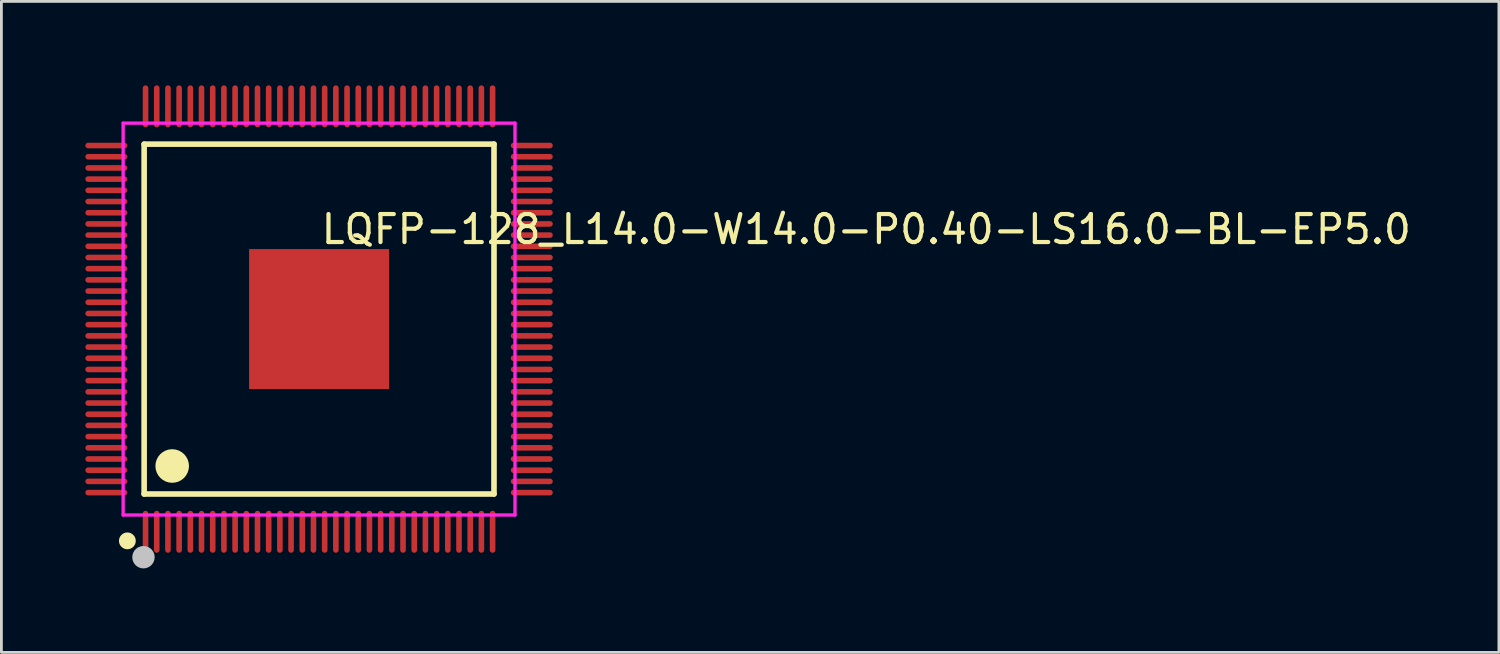
<source format=kicad_pcb>
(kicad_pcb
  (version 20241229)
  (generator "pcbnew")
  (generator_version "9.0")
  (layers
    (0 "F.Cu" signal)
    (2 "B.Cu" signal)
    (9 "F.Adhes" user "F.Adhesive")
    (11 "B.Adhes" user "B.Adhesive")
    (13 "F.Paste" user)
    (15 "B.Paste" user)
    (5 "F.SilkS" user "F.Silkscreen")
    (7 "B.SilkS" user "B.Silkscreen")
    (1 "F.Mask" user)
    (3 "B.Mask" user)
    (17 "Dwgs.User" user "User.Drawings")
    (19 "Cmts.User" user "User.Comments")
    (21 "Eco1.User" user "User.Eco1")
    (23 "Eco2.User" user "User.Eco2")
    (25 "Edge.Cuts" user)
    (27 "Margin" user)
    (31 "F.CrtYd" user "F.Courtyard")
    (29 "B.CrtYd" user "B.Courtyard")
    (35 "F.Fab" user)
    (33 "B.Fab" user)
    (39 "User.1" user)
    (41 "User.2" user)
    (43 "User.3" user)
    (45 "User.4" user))
  (footprint "LQFP-128_L14.0-W14.0-P0.40-LS16.0-BL-EP5.0"
    (layer "F.Cu")
    (at 8.35 8.35)
    (property "Reference" "LQFP-128_L14.0-W14.0-P0.40-LS16.0-BL-EP5.0" (at 0 -3.207 0) (layer "F.SilkS") (effects (font (size 1 1) (thickness 0.15)) (justify left)))
    (attr through_hole)
    (fp_line (start -6.25 -6.25) (end 6.25 -6.25) (stroke (width 0.2) (type solid)) (layer "F.SilkS"))
    (fp_line (start -6.25 6.25) (end -6.25 -6.25) (stroke (width 0.2) (type solid)) (layer "F.SilkS"))
    (fp_line (start 6.25 -6.25) (end 6.25 6.25) (stroke (width 0.2) (type solid)) (layer "F.SilkS"))
    (fp_line (start 6.25 6.25) (end -6.25 6.25) (stroke (width 0.2) (type solid)) (layer "F.SilkS"))
    (fp_arc (start -6.848 7.775) (mid -6.84873 8.075003) (end -6.85054 7.775005) (stroke (width 0.3) (type solid)) (layer "F.SilkS"))
    (fp_arc (start -5.245 4.95) (mid -5.24846 5.550015) (end -5.25008 4.949992) (stroke (width 0.6) (type solid)) (layer "F.SilkS"))
    (fp_circle (center -6.274 8.509) (end -6.074 8.509) (stroke (width 0.4) (type solid)) (fill no) (layer "Dwgs.User"))
    (fp_line (start -7.41 -6.293) (end -6.99 -6.293) (stroke (width 0.12) (type solid)) (layer "Eco2.User"))
    (fp_line (start -7.41 -6.108) (end -7.41 -6.293) (stroke (width 0.12) (type solid)) (layer "Eco2.User"))
    (fp_line (start -7.41 -5.891) (end -6.99 -5.891) (stroke (width 0.12) (type solid)) (layer "Eco2.User"))
    (fp_line (start -7.41 -5.706) (end -7.41 -5.891) (stroke (width 0.12) (type solid)) (layer "Eco2.User"))
    (fp_line (start -7.41 -5.493) (end -6.99 -5.493) (stroke (width 0.12) (type solid)) (layer "Eco2.User"))
    (fp_line (start -7.41 -5.308) (end -7.41 -5.493) (stroke (width 0.12) (type solid)) (layer "Eco2.User"))
    (fp_line (start -7.41 -5.094) (end -6.99 -5.094) (stroke (width 0.12) (type solid)) (layer "Eco2.User"))
    (fp_line (start -7.41 -4.909) (end -7.41 -5.094) (stroke (width 0.12) (type solid)) (layer "Eco2.User"))
    (fp_line (start -7.41 -4.692) (end -6.99 -4.692) (stroke (width 0.12) (type solid)) (layer "Eco2.User"))
    (fp_line (start -7.41 -4.507) (end -7.41 -4.692) (stroke (width 0.12) (type solid)) (layer "Eco2.User"))
    (fp_line (start -7.41 -4.294) (end -6.99 -4.294) (stroke (width 0.12) (type solid)) (layer "Eco2.User"))
    (fp_line (start -7.41 -4.109) (end -7.41 -4.294) (stroke (width 0.12) (type solid)) (layer "Eco2.User"))
    (fp_line (start -7.41 -3.892) (end -6.99 -3.892) (stroke (width 0.12) (type solid)) (layer "Eco2.User"))
    (fp_line (start -7.41 -3.707) (end -7.41 -3.892) (stroke (width 0.12) (type solid)) (layer "Eco2.User"))
    (fp_line (start -7.41 -3.494) (end -6.99 -3.494) (stroke (width 0.12) (type solid)) (layer "Eco2.User"))
    (fp_line (start -7.41 -3.309) (end -7.41 -3.494) (stroke (width 0.12) (type solid)) (layer "Eco2.User"))
    (fp_line (start -7.41 -3.092) (end -6.99 -3.092) (stroke (width 0.12) (type solid)) (layer "Eco2.User"))
    (fp_line (start -7.41 -2.907) (end -7.41 -3.092) (stroke (width 0.12) (type solid)) (layer "Eco2.User"))
    (fp_line (start -7.41 -2.693) (end -6.99 -2.693) (stroke (width 0.12) (type solid)) (layer "Eco2.User"))
    (fp_line (start -7.41 -2.508) (end -7.41 -2.693) (stroke (width 0.12) (type solid)) (layer "Eco2.User"))
    (fp_line (start -7.41 -2.292) (end -6.99 -2.292) (stroke (width 0.12) (type solid)) (layer "Eco2.User"))
    (fp_line (start -7.41 -2.107) (end -7.41 -2.292) (stroke (width 0.12) (type solid)) (layer "Eco2.User"))
    (fp_line (start -7.41 -1.893) (end -6.99 -1.893) (stroke (width 0.12) (type solid)) (layer "Eco2.User"))
    (fp_line (start -7.41 -1.708) (end -7.41 -1.893) (stroke (width 0.12) (type solid)) (layer "Eco2.User"))
    (fp_line (start -7.41 -1.492) (end -6.99 -1.492) (stroke (width 0.12) (type solid)) (layer "Eco2.User"))
    (fp_line (start -7.41 -1.307) (end -7.41 -1.492) (stroke (width 0.12) (type solid)) (layer "Eco2.User"))
    (fp_line (start -7.41 -1.093) (end -6.99 -1.093) (stroke (width 0.12) (type solid)) (layer "Eco2.User"))
    (fp_line (start -7.41 -0.908) (end -7.41 -1.093) (stroke (width 0.12) (type solid)) (layer "Eco2.User"))
    (fp_line (start -7.41 -0.692) (end -6.99 -0.692) (stroke (width 0.12) (type solid)) (layer "Eco2.User"))
    (fp_line (start -7.41 -0.507) (end -7.41 -0.692) (stroke (width 0.12) (type solid)) (layer "Eco2.User"))
    (fp_line (start -7.41 -0.293) (end -6.99 -0.293) (stroke (width 0.12) (type solid)) (layer "Eco2.User"))
    (fp_line (start -7.41 -0.108) (end -7.41 -0.293) (stroke (width 0.12) (type solid)) (layer "Eco2.User"))
    (fp_line (start -7.41 0.108) (end -6.99 0.108) (stroke (width 0.12) (type solid)) (layer "Eco2.User"))
    (fp_line (start -7.41 0.293) (end -7.41 0.108) (stroke (width 0.12) (type solid)) (layer "Eco2.User"))
    (fp_line (start -7.41 0.507) (end -6.99 0.507) (stroke (width 0.12) (type solid)) (layer "Eco2.User"))
    (fp_line (start -7.41 0.692) (end -7.41 0.507) (stroke (width 0.12) (type solid)) (layer "Eco2.User"))
    (fp_line (start -7.41 0.908) (end -6.99 0.908) (stroke (width 0.12) (type solid)) (layer "Eco2.User"))
    (fp_line (start -7.41 1.093) (end -7.41 0.908) (stroke (width 0.12) (type solid)) (layer "Eco2.User"))
    (fp_line (start -7.41 1.307) (end -6.99 1.307) (stroke (width 0.12) (type solid)) (layer "Eco2.User"))
    (fp_line (start -7.41 1.492) (end -7.41 1.307) (stroke (width 0.12) (type solid)) (layer "Eco2.User"))
    (fp_line (start -7.41 1.708) (end -6.99 1.708) (stroke (width 0.12) (type solid)) (layer "Eco2.User"))
    (fp_line (start -7.41 1.893) (end -7.41 1.708) (stroke (width 0.12) (type solid)) (layer "Eco2.User"))
    (fp_line (start -7.41 2.107) (end -6.99 2.107) (stroke (width 0.12) (type solid)) (layer "Eco2.User"))
    (fp_line (start -7.41 2.292) (end -7.41 2.107) (stroke (width 0.12) (type solid)) (layer "Eco2.User"))
    (fp_line (start -7.41 2.508) (end -6.99 2.508) (stroke (width 0.12) (type solid)) (layer "Eco2.User"))
    (fp_line (start -7.41 2.693) (end -7.41 2.508) (stroke (width 0.12) (type solid)) (layer "Eco2.User"))
    (fp_line (start -7.41 2.907) (end -6.99 2.907) (stroke (width 0.12) (type solid)) (layer "Eco2.User"))
    (fp_line (start -7.41 3.092) (end -7.41 2.907) (stroke (width 0.12) (type solid)) (layer "Eco2.User"))
    (fp_line (start -7.41 3.309) (end -6.99 3.309) (stroke (width 0.12) (type solid)) (layer "Eco2.User"))
    (fp_line (start -7.41 3.494) (end -7.41 3.309) (stroke (width 0.12) (type solid)) (layer "Eco2.User"))
    (fp_line (start -7.41 3.707) (end -6.99 3.707) (stroke (width 0.12) (type solid)) (layer "Eco2.User"))
    (fp_line (start -7.41 3.892) (end -7.41 3.707) (stroke (width 0.12) (type solid)) (layer "Eco2.User"))
    (fp_line (start -7.41 4.109) (end -6.99 4.109) (stroke (width 0.12) (type solid)) (layer "Eco2.User"))
    (fp_line (start -7.41 4.294) (end -7.41 4.109) (stroke (width 0.12) (type solid)) (layer "Eco2.User"))
    (fp_line (start -7.41 4.507) (end -6.99 4.507) (stroke (width 0.12) (type solid)) (layer "Eco2.User"))
    (fp_line (start -7.41 4.692) (end -7.41 4.507) (stroke (width 0.12) (type solid)) (layer "Eco2.User"))
    (fp_line (start -7.41 4.909) (end -6.99 4.909) (stroke (width 0.12) (type solid)) (layer "Eco2.User"))
    (fp_line (start -7.41 5.094) (end -7.41 4.909) (stroke (width 0.12) (type solid)) (layer "Eco2.User"))
    (fp_line (start -7.41 5.308) (end -6.99 5.308) (stroke (width 0.12) (type solid)) (layer "Eco2.User"))
    (fp_line (start -7.41 5.493) (end -7.41 5.308) (stroke (width 0.12) (type solid)) (layer "Eco2.User"))
    (fp_line (start -7.41 5.706) (end -6.99 5.706) (stroke (width 0.12) (type solid)) (layer "Eco2.User"))
    (fp_line (start -7.41 5.891) (end -7.41 5.706) (stroke (width 0.12) (type solid)) (layer "Eco2.User"))
    (fp_line (start -7.41 6.108) (end -6.99 6.108) (stroke (width 0.12) (type solid)) (layer "Eco2.User"))
    (fp_line (start -7.41 6.293) (end -7.41 6.108) (stroke (width 0.12) (type solid)) (layer "Eco2.User"))
    (fp_line (start -6.99 -6.293) (end -6.99 -6.108) (stroke (width 0.12) (type solid)) (layer "Eco2.User"))
    (fp_line (start -6.99 -6.108) (end -7.41 -6.108) (stroke (width 0.12) (type solid)) (layer "Eco2.User"))
    (fp_line (start -6.99 -5.891) (end -6.99 -5.706) (stroke (width 0.12) (type solid)) (layer "Eco2.User"))
    (fp_line (start -6.99 -5.706) (end -7.41 -5.706) (stroke (width 0.12) (type solid)) (layer "Eco2.User"))
    (fp_line (start -6.99 -5.493) (end -6.99 -5.308) (stroke (width 0.12) (type solid)) (layer "Eco2.User"))
    (fp_line (start -6.99 -5.308) (end -7.41 -5.308) (stroke (width 0.12) (type solid)) (layer "Eco2.User"))
    (fp_line (start -6.99 -5.094) (end -6.99 -4.909) (stroke (width 0.12) (type solid)) (layer "Eco2.User"))
    (fp_line (start -6.99 -4.909) (end -7.41 -4.909) (stroke (width 0.12) (type solid)) (layer "Eco2.User"))
    (fp_line (start -6.99 -4.692) (end -6.99 -4.507) (stroke (width 0.12) (type solid)) (layer "Eco2.User"))
    (fp_line (start -6.99 -4.507) (end -7.41 -4.507) (stroke (width 0.12) (type solid)) (layer "Eco2.User"))
    (fp_line (start -6.99 -4.294) (end -6.99 -4.109) (stroke (width 0.12) (type solid)) (layer "Eco2.User"))
    (fp_line (start -6.99 -4.109) (end -7.41 -4.109) (stroke (width 0.12) (type solid)) (layer "Eco2.User"))
    (fp_line (start -6.99 -3.892) (end -6.99 -3.707) (stroke (width 0.12) (type solid)) (layer "Eco2.User"))
    (fp_line (start -6.99 -3.707) (end -7.41 -3.707) (stroke (width 0.12) (type solid)) (layer "Eco2.User"))
    (fp_line (start -6.99 -3.494) (end -6.99 -3.309) (stroke (width 0.12) (type solid)) (layer "Eco2.User"))
    (fp_line (start -6.99 -3.309) (end -7.41 -3.309) (stroke (width 0.12) (type solid)) (layer "Eco2.User"))
    (fp_line (start -6.99 -3.092) (end -6.99 -2.907) (stroke (width 0.12) (type solid)) (layer "Eco2.User"))
    (fp_line (start -6.99 -2.907) (end -7.41 -2.907) (stroke (width 0.12) (type solid)) (layer "Eco2.User"))
    (fp_line (start -6.99 -2.693) (end -6.99 -2.508) (stroke (width 0.12) (type solid)) (layer "Eco2.User"))
    (fp_line (start -6.99 -2.508) (end -7.41 -2.508) (stroke (width 0.12) (type solid)) (layer "Eco2.User"))
    (fp_line (start -6.99 -2.292) (end -6.99 -2.107) (stroke (width 0.12) (type solid)) (layer "Eco2.User"))
    (fp_line (start -6.99 -2.107) (end -7.41 -2.107) (stroke (width 0.12) (type solid)) (layer "Eco2.User"))
    (fp_line (start -6.99 -1.893) (end -6.99 -1.708) (stroke (width 0.12) (type solid)) (layer "Eco2.User"))
    (fp_line (start -6.99 -1.708) (end -7.41 -1.708) (stroke (width 0.12) (type solid)) (layer "Eco2.User"))
    (fp_line (start -6.99 -1.492) (end -6.99 -1.307) (stroke (width 0.12) (type solid)) (layer "Eco2.User"))
    (fp_line (start -6.99 -1.307) (end -7.41 -1.307) (stroke (width 0.12) (type solid)) (layer "Eco2.User"))
    (fp_line (start -6.99 -1.093) (end -6.99 -0.908) (stroke (width 0.12) (type solid)) (layer "Eco2.User"))
    (fp_line (start -6.99 -0.908) (end -7.41 -0.908) (stroke (width 0.12) (type solid)) (layer "Eco2.User"))
    (fp_line (start -6.99 -0.692) (end -6.99 -0.507) (stroke (width 0.12) (type solid)) (layer "Eco2.User"))
    (fp_line (start -6.99 -0.507) (end -7.41 -0.507) (stroke (width 0.12) (type solid)) (layer "Eco2.User"))
    (fp_line (start -6.99 -0.293) (end -6.99 -0.108) (stroke (width 0.12) (type solid)) (layer "Eco2.User"))
    (fp_line (start -6.99 -0.108) (end -7.41 -0.108) (stroke (width 0.12) (type solid)) (layer "Eco2.User"))
    (fp_line (start -6.99 0.108) (end -6.99 0.293) (stroke (width 0.12) (type solid)) (layer "Eco2.User"))
    (fp_line (start -6.99 0.293) (end -7.41 0.293) (stroke (width 0.12) (type solid)) (layer "Eco2.User"))
    (fp_line (start -6.99 0.507) (end -6.99 0.692) (stroke (width 0.12) (type solid)) (layer "Eco2.User"))
    (fp_line (start -6.99 0.692) (end -7.41 0.692) (stroke (width 0.12) (type solid)) (layer "Eco2.User"))
    (fp_line (start -6.99 0.908) (end -6.99 1.093) (stroke (width 0.12) (type solid)) (layer "Eco2.User"))
    (fp_line (start -6.99 1.093) (end -7.41 1.093) (stroke (width 0.12) (type solid)) (layer "Eco2.User"))
    (fp_line (start -6.99 1.307) (end -6.99 1.492) (stroke (width 0.12) (type solid)) (layer "Eco2.User"))
    (fp_line (start -6.99 1.492) (end -7.41 1.492) (stroke (width 0.12) (type solid)) (layer "Eco2.User"))
    (fp_line (start -6.99 1.708) (end -6.99 1.893) (stroke (width 0.12) (type solid)) (layer "Eco2.User"))
    (fp_line (start -6.99 1.893) (end -7.41 1.893) (stroke (width 0.12) (type solid)) (layer "Eco2.User"))
    (fp_line (start -6.99 2.107) (end -6.99 2.292) (stroke (width 0.12) (type solid)) (layer "Eco2.User"))
    (fp_line (start -6.99 2.292) (end -7.41 2.292) (stroke (width 0.12) (type solid)) (layer "Eco2.User"))
    (fp_line (start -6.99 2.508) (end -6.99 2.693) (stroke (width 0.12) (type solid)) (layer "Eco2.User"))
    (fp_line (start -6.99 2.693) (end -7.41 2.693) (stroke (width 0.12) (type solid)) (layer "Eco2.User"))
    (fp_line (start -6.99 2.907) (end -6.99 3.092) (stroke (width 0.12) (type solid)) (layer "Eco2.User"))
    (fp_line (start -6.99 3.092) (end -7.41 3.092) (stroke (width 0.12) (type solid)) (layer "Eco2.User"))
    (fp_line (start -6.99 3.309) (end -6.99 3.494) (stroke (width 0.12) (type solid)) (layer "Eco2.User"))
    (fp_line (start -6.99 3.494) (end -7.41 3.494) (stroke (width 0.12) (type solid)) (layer "Eco2.User"))
    (fp_line (start -6.99 3.707) (end -6.99 3.892) (stroke (width 0.12) (type solid)) (layer "Eco2.User"))
    (fp_line (start -6.99 3.892) (end -7.41 3.892) (stroke (width 0.12) (type solid)) (layer "Eco2.User"))
    (fp_line (start -6.99 4.109) (end -6.99 4.294) (stroke (width 0.12) (type solid)) (layer "Eco2.User"))
    (fp_line (start -6.99 4.294) (end -7.41 4.294) (stroke (width 0.12) (type solid)) (layer "Eco2.User"))
    (fp_line (start -6.99 4.507) (end -6.99 4.692) (stroke (width 0.12) (type solid)) (layer "Eco2.User"))
    (fp_line (start -6.99 4.692) (end -7.41 4.692) (stroke (width 0.12) (type solid)) (layer "Eco2.User"))
    (fp_line (start -6.99 4.909) (end -6.99 5.094) (stroke (width 0.12) (type solid)) (layer "Eco2.User"))
    (fp_line (start -6.99 5.094) (end -7.41 5.094) (stroke (width 0.12) (type solid)) (layer "Eco2.User"))
    (fp_line (start -6.99 5.308) (end -6.99 5.493) (stroke (width 0.12) (type solid)) (layer "Eco2.User"))
    (fp_line (start -6.99 5.493) (end -7.41 5.493) (stroke (width 0.12) (type solid)) (layer "Eco2.User"))
    (fp_line (start -6.99 5.706) (end -6.99 5.891) (stroke (width 0.12) (type solid)) (layer "Eco2.User"))
    (fp_line (start -6.99 5.891) (end -7.41 5.891) (stroke (width 0.12) (type solid)) (layer "Eco2.User"))
    (fp_line (start -6.99 6.108) (end -6.99 6.293) (stroke (width 0.12) (type solid)) (layer "Eco2.User"))
    (fp_line (start -6.99 6.293) (end -7.41 6.293) (stroke (width 0.12) (type solid)) (layer "Eco2.User"))
    (fp_line (start -6.293 -7.41) (end -6.108 -7.41) (stroke (width 0.12) (type solid)) (layer "Eco2.User"))
    (fp_line (start -6.293 -6.99) (end -6.293 -7.41) (stroke (width 0.12) (type solid)) (layer "Eco2.User"))
    (fp_line (start -6.293 6.99) (end -6.108 6.99) (stroke (width 0.12) (type solid)) (layer "Eco2.User"))
    (fp_line (start -6.293 7.41) (end -6.293 6.99) (stroke (width 0.12) (type solid)) (layer "Eco2.User"))
    (fp_line (start -6.108 -7.41) (end -6.108 -6.99) (stroke (width 0.12) (type solid)) (layer "Eco2.User"))
    (fp_line (start -6.108 -6.99) (end -6.293 -6.99) (stroke (width 0.12) (type solid)) (layer "Eco2.User"))
    (fp_line (start -6.108 6.99) (end -6.108 7.41) (stroke (width 0.12) (type solid)) (layer "Eco2.User"))
    (fp_line (start -6.108 7.41) (end -6.293 7.41) (stroke (width 0.12) (type solid)) (layer "Eco2.User"))
    (fp_line (start -5.891 -7.41) (end -5.706 -7.41) (stroke (width 0.12) (type solid)) (layer "Eco2.User"))
    (fp_line (start -5.891 -6.99) (end -5.891 -7.41) (stroke (width 0.12) (type solid)) (layer "Eco2.User"))
    (fp_line (start -5.891 6.99) (end -5.706 6.99) (stroke (width 0.12) (type solid)) (layer "Eco2.User"))
    (fp_line (start -5.891 7.41) (end -5.891 6.99) (stroke (width 0.12) (type solid)) (layer "Eco2.User"))
    (fp_line (start -5.706 -7.41) (end -5.706 -6.99) (stroke (width 0.12) (type solid)) (layer "Eco2.User"))
    (fp_line (start -5.706 -6.99) (end -5.891 -6.99) (stroke (width 0.12) (type solid)) (layer "Eco2.User"))
    (fp_line (start -5.706 6.99) (end -5.706 7.41) (stroke (width 0.12) (type solid)) (layer "Eco2.User"))
    (fp_line (start -5.706 7.41) (end -5.891 7.41) (stroke (width 0.12) (type solid)) (layer "Eco2.User"))
    (fp_line (start -5.493 -7.41) (end -5.308 -7.41) (stroke (width 0.12) (type solid)) (layer "Eco2.User"))
    (fp_line (start -5.493 -6.99) (end -5.493 -7.41) (stroke (width 0.12) (type solid)) (layer "Eco2.User"))
    (fp_line (start -5.493 6.99) (end -5.308 6.99) (stroke (width 0.12) (type solid)) (layer "Eco2.User"))
    (fp_line (start -5.493 7.41) (end -5.493 6.99) (stroke (width 0.12) (type solid)) (layer "Eco2.User"))
    (fp_line (start -5.308 -7.41) (end -5.308 -6.99) (stroke (width 0.12) (type solid)) (layer "Eco2.User"))
    (fp_line (start -5.308 -6.99) (end -5.493 -6.99) (stroke (width 0.12) (type solid)) (layer "Eco2.User"))
    (fp_line (start -5.308 6.99) (end -5.308 7.41) (stroke (width 0.12) (type solid)) (layer "Eco2.User"))
    (fp_line (start -5.308 7.41) (end -5.493 7.41) (stroke (width 0.12) (type solid)) (layer "Eco2.User"))
    (fp_line (start -5.094 -7.41) (end -4.909 -7.41) (stroke (width 0.12) (type solid)) (layer "Eco2.User"))
    (fp_line (start -5.094 -6.99) (end -5.094 -7.41) (stroke (width 0.12) (type solid)) (layer "Eco2.User"))
    (fp_line (start -5.094 6.99) (end -4.909 6.99) (stroke (width 0.12) (type solid)) (layer "Eco2.User"))
    (fp_line (start -5.094 7.41) (end -5.094 6.99) (stroke (width 0.12) (type solid)) (layer "Eco2.User"))
    (fp_line (start -4.909 -7.41) (end -4.909 -6.99) (stroke (width 0.12) (type solid)) (layer "Eco2.User"))
    (fp_line (start -4.909 -6.99) (end -5.094 -6.99) (stroke (width 0.12) (type solid)) (layer "Eco2.User"))
    (fp_line (start -4.909 6.99) (end -4.909 7.41) (stroke (width 0.12) (type solid)) (layer "Eco2.User"))
    (fp_line (start -4.909 7.41) (end -5.094 7.41) (stroke (width 0.12) (type solid)) (layer "Eco2.User"))
    (fp_line (start -4.692 -7.41) (end -4.507 -7.41) (stroke (width 0.12) (type solid)) (layer "Eco2.User"))
    (fp_line (start -4.692 -6.99) (end -4.692 -7.41) (stroke (width 0.12) (type solid)) (layer "Eco2.User"))
    (fp_line (start -4.692 6.99) (end -4.507 6.99) (stroke (width 0.12) (type solid)) (layer "Eco2.User"))
    (fp_line (start -4.692 7.41) (end -4.692 6.99) (stroke (width 0.12) (type solid)) (layer "Eco2.User"))
    (fp_line (start -4.507 -7.41) (end -4.507 -6.99) (stroke (width 0.12) (type solid)) (layer "Eco2.User"))
    (fp_line (start -4.507 -6.99) (end -4.692 -6.99) (stroke (width 0.12) (type solid)) (layer "Eco2.User"))
    (fp_line (start -4.507 6.99) (end -4.507 7.41) (stroke (width 0.12) (type solid)) (layer "Eco2.User"))
    (fp_line (start -4.507 7.41) (end -4.692 7.41) (stroke (width 0.12) (type solid)) (layer "Eco2.User"))
    (fp_line (start -4.294 -7.41) (end -4.109 -7.41) (stroke (width 0.12) (type solid)) (layer "Eco2.User"))
    (fp_line (start -4.294 -6.99) (end -4.294 -7.41) (stroke (width 0.12) (type solid)) (layer "Eco2.User"))
    (fp_line (start -4.294 6.99) (end -4.109 6.99) (stroke (width 0.12) (type solid)) (layer "Eco2.User"))
    (fp_line (start -4.294 7.41) (end -4.294 6.99) (stroke (width 0.12) (type solid)) (layer "Eco2.User"))
    (fp_line (start -4.109 -7.41) (end -4.109 -6.99) (stroke (width 0.12) (type solid)) (layer "Eco2.User"))
    (fp_line (start -4.109 -6.99) (end -4.294 -6.99) (stroke (width 0.12) (type solid)) (layer "Eco2.User"))
    (fp_line (start -4.109 6.99) (end -4.109 7.41) (stroke (width 0.12) (type solid)) (layer "Eco2.User"))
    (fp_line (start -4.109 7.41) (end -4.294 7.41) (stroke (width 0.12) (type solid)) (layer "Eco2.User"))
    (fp_line (start -3.892 -7.41) (end -3.707 -7.41) (stroke (width 0.12) (type solid)) (layer "Eco2.User"))
    (fp_line (start -3.892 -6.99) (end -3.892 -7.41) (stroke (width 0.12) (type solid)) (layer "Eco2.User"))
    (fp_line (start -3.892 6.99) (end -3.707 6.99) (stroke (width 0.12) (type solid)) (layer "Eco2.User"))
    (fp_line (start -3.892 7.41) (end -3.892 6.99) (stroke (width 0.12) (type solid)) (layer "Eco2.User"))
    (fp_line (start -3.707 -7.41) (end -3.707 -6.99) (stroke (width 0.12) (type solid)) (layer "Eco2.User"))
    (fp_line (start -3.707 -6.99) (end -3.892 -6.99) (stroke (width 0.12) (type solid)) (layer "Eco2.User"))
    (fp_line (start -3.707 6.99) (end -3.707 7.41) (stroke (width 0.12) (type solid)) (layer "Eco2.User"))
    (fp_line (start -3.707 7.41) (end -3.892 7.41) (stroke (width 0.12) (type solid)) (layer "Eco2.User"))
    (fp_line (start -3.494 -7.41) (end -3.309 -7.41) (stroke (width 0.12) (type solid)) (layer "Eco2.User"))
    (fp_line (start -3.494 -6.99) (end -3.494 -7.41) (stroke (width 0.12) (type solid)) (layer "Eco2.User"))
    (fp_line (start -3.494 6.99) (end -3.309 6.99) (stroke (width 0.12) (type solid)) (layer "Eco2.User"))
    (fp_line (start -3.494 7.41) (end -3.494 6.99) (stroke (width 0.12) (type solid)) (layer "Eco2.User"))
    (fp_line (start -3.309 -7.41) (end -3.309 -6.99) (stroke (width 0.12) (type solid)) (layer "Eco2.User"))
    (fp_line (start -3.309 -6.99) (end -3.494 -6.99) (stroke (width 0.12) (type solid)) (layer "Eco2.User"))
    (fp_line (start -3.309 6.99) (end -3.309 7.41) (stroke (width 0.12) (type solid)) (layer "Eco2.User"))
    (fp_line (start -3.309 7.41) (end -3.494 7.41) (stroke (width 0.12) (type solid)) (layer "Eco2.User"))
    (fp_line (start -3.092 -7.41) (end -2.907 -7.41) (stroke (width 0.12) (type solid)) (layer "Eco2.User"))
    (fp_line (start -3.092 -6.99) (end -3.092 -7.41) (stroke (width 0.12) (type solid)) (layer "Eco2.User"))
    (fp_line (start -3.092 6.99) (end -2.907 6.99) (stroke (width 0.12) (type solid)) (layer "Eco2.User"))
    (fp_line (start -3.092 7.41) (end -3.092 6.99) (stroke (width 0.12) (type solid)) (layer "Eco2.User"))
    (fp_line (start -2.907 -7.41) (end -2.907 -6.99) (stroke (width 0.12) (type solid)) (layer "Eco2.User"))
    (fp_line (start -2.907 -6.99) (end -3.092 -6.99) (stroke (width 0.12) (type solid)) (layer "Eco2.User"))
    (fp_line (start -2.907 6.99) (end -2.907 7.41) (stroke (width 0.12) (type solid)) (layer "Eco2.User"))
    (fp_line (start -2.907 7.41) (end -3.092 7.41) (stroke (width 0.12) (type solid)) (layer "Eco2.User"))
    (fp_line (start -2.693 -7.41) (end -2.508 -7.41) (stroke (width 0.12) (type solid)) (layer "Eco2.User"))
    (fp_line (start -2.693 -6.99) (end -2.693 -7.41) (stroke (width 0.12) (type solid)) (layer "Eco2.User"))
    (fp_line (start -2.693 6.99) (end -2.508 6.99) (stroke (width 0.12) (type solid)) (layer "Eco2.User"))
    (fp_line (start -2.693 7.41) (end -2.693 6.99) (stroke (width 0.12) (type solid)) (layer "Eco2.User"))
    (fp_line (start -2.508 -7.41) (end -2.508 -6.99) (stroke (width 0.12) (type solid)) (layer "Eco2.User"))
    (fp_line (start -2.508 -6.99) (end -2.693 -6.99) (stroke (width 0.12) (type solid)) (layer "Eco2.User"))
    (fp_line (start -2.508 6.99) (end -2.508 7.41) (stroke (width 0.12) (type solid)) (layer "Eco2.User"))
    (fp_line (start -2.508 7.41) (end -2.693 7.41) (stroke (width 0.12) (type solid)) (layer "Eco2.User"))
    (fp_line (start -2.292 -7.41) (end -2.107 -7.41) (stroke (width 0.12) (type solid)) (layer "Eco2.User"))
    (fp_line (start -2.292 -6.99) (end -2.292 -7.41) (stroke (width 0.12) (type solid)) (layer "Eco2.User"))
    (fp_line (start -2.292 6.99) (end -2.107 6.99) (stroke (width 0.12) (type solid)) (layer "Eco2.User"))
    (fp_line (start -2.292 7.41) (end -2.292 6.99) (stroke (width 0.12) (type solid)) (layer "Eco2.User"))
    (fp_line (start -2.107 -7.41) (end -2.107 -6.99) (stroke (width 0.12) (type solid)) (layer "Eco2.User"))
    (fp_line (start -2.107 -6.99) (end -2.292 -6.99) (stroke (width 0.12) (type solid)) (layer "Eco2.User"))
    (fp_line (start -2.107 6.99) (end -2.107 7.41) (stroke (width 0.12) (type solid)) (layer "Eco2.User"))
    (fp_line (start -2.107 7.41) (end -2.292 7.41) (stroke (width 0.12) (type solid)) (layer "Eco2.User"))
    (fp_line (start -1.893 -7.41) (end -1.708 -7.41) (stroke (width 0.12) (type solid)) (layer "Eco2.User"))
    (fp_line (start -1.893 -6.99) (end -1.893 -7.41) (stroke (width 0.12) (type solid)) (layer "Eco2.User"))
    (fp_line (start -1.893 6.99) (end -1.708 6.99) (stroke (width 0.12) (type solid)) (layer "Eco2.User"))
    (fp_line (start -1.893 7.41) (end -1.893 6.99) (stroke (width 0.12) (type solid)) (layer "Eco2.User"))
    (fp_line (start -1.708 -7.41) (end -1.708 -6.99) (stroke (width 0.12) (type solid)) (layer "Eco2.User"))
    (fp_line (start -1.708 -6.99) (end -1.893 -6.99) (stroke (width 0.12) (type solid)) (layer "Eco2.User"))
    (fp_line (start -1.708 6.99) (end -1.708 7.41) (stroke (width 0.12) (type solid)) (layer "Eco2.User"))
    (fp_line (start -1.708 7.41) (end -1.893 7.41) (stroke (width 0.12) (type solid)) (layer "Eco2.User"))
    (fp_line (start -1.492 -7.41) (end -1.307 -7.41) (stroke (width 0.12) (type solid)) (layer "Eco2.User"))
    (fp_line (start -1.492 -6.99) (end -1.492 -7.41) (stroke (width 0.12) (type solid)) (layer "Eco2.User"))
    (fp_line (start -1.492 6.99) (end -1.307 6.99) (stroke (width 0.12) (type solid)) (layer "Eco2.User"))
    (fp_line (start -1.492 7.41) (end -1.492 6.99) (stroke (width 0.12) (type solid)) (layer "Eco2.User"))
    (fp_line (start -1.307 -7.41) (end -1.307 -6.99) (stroke (width 0.12) (type solid)) (layer "Eco2.User"))
    (fp_line (start -1.307 -6.99) (end -1.492 -6.99) (stroke (width 0.12) (type solid)) (layer "Eco2.User"))
    (fp_line (start -1.307 6.99) (end -1.307 7.41) (stroke (width 0.12) (type solid)) (layer "Eco2.User"))
    (fp_line (start -1.307 7.41) (end -1.492 7.41) (stroke (width 0.12) (type solid)) (layer "Eco2.User"))
    (fp_line (start -1.093 -7.41) (end -0.908 -7.41) (stroke (width 0.12) (type solid)) (layer "Eco2.User"))
    (fp_line (start -1.093 -6.99) (end -1.093 -7.41) (stroke (width 0.12) (type solid)) (layer "Eco2.User"))
    (fp_line (start -1.093 6.99) (end -0.908 6.99) (stroke (width 0.12) (type solid)) (layer "Eco2.User"))
    (fp_line (start -1.093 7.41) (end -1.093 6.99) (stroke (width 0.12) (type solid)) (layer "Eco2.User"))
    (fp_line (start -0.908 -7.41) (end -0.908 -6.99) (stroke (width 0.12) (type solid)) (layer "Eco2.User"))
    (fp_line (start -0.908 -6.99) (end -1.093 -6.99) (stroke (width 0.12) (type solid)) (layer "Eco2.User"))
    (fp_line (start -0.908 6.99) (end -0.908 7.41) (stroke (width 0.12) (type solid)) (layer "Eco2.User"))
    (fp_line (start -0.908 7.41) (end -1.093 7.41) (stroke (width 0.12) (type solid)) (layer "Eco2.User"))
    (fp_line (start -0.692 -7.41) (end -0.507 -7.41) (stroke (width 0.12) (type solid)) (layer "Eco2.User"))
    (fp_line (start -0.692 -6.99) (end -0.692 -7.41) (stroke (width 0.12) (type solid)) (layer "Eco2.User"))
    (fp_line (start -0.692 6.99) (end -0.507 6.99) (stroke (width 0.12) (type solid)) (layer "Eco2.User"))
    (fp_line (start -0.692 7.41) (end -0.692 6.99) (stroke (width 0.12) (type solid)) (layer "Eco2.User"))
    (fp_line (start -0.507 -7.41) (end -0.507 -6.99) (stroke (width 0.12) (type solid)) (layer "Eco2.User"))
    (fp_line (start -0.507 -6.99) (end -0.692 -6.99) (stroke (width 0.12) (type solid)) (layer "Eco2.User"))
    (fp_line (start -0.507 6.99) (end -0.507 7.41) (stroke (width 0.12) (type solid)) (layer "Eco2.User"))
    (fp_line (start -0.507 7.41) (end -0.692 7.41) (stroke (width 0.12) (type solid)) (layer "Eco2.User"))
    (fp_line (start -0.293 -7.41) (end -0.108 -7.41) (stroke (width 0.12) (type solid)) (layer "Eco2.User"))
    (fp_line (start -0.293 -6.99) (end -0.293 -7.41) (stroke (width 0.12) (type solid)) (layer "Eco2.User"))
    (fp_line (start -0.293 6.99) (end -0.108 6.99) (stroke (width 0.12) (type solid)) (layer "Eco2.User"))
    (fp_line (start -0.293 7.41) (end -0.293 6.99) (stroke (width 0.12) (type solid)) (layer "Eco2.User"))
    (fp_line (start -0.108 -7.41) (end -0.108 -6.99) (stroke (width 0.12) (type solid)) (layer "Eco2.User"))
    (fp_line (start -0.108 -6.99) (end -0.293 -6.99) (stroke (width 0.12) (type solid)) (layer "Eco2.User"))
    (fp_line (start -0.108 6.99) (end -0.108 7.41) (stroke (width 0.12) (type solid)) (layer "Eco2.User"))
    (fp_line (start -0.108 7.41) (end -0.293 7.41) (stroke (width 0.12) (type solid)) (layer "Eco2.User"))
    (fp_line (start 0.108 -7.41) (end 0.293 -7.41) (stroke (width 0.12) (type solid)) (layer "Eco2.User"))
    (fp_line (start 0.108 -6.99) (end 0.108 -7.41) (stroke (width 0.12) (type solid)) (layer "Eco2.User"))
    (fp_line (start 0.108 6.99) (end 0.293 6.99) (stroke (width 0.12) (type solid)) (layer "Eco2.User"))
    (fp_line (start 0.108 7.41) (end 0.108 6.99) (stroke (width 0.12) (type solid)) (layer "Eco2.User"))
    (fp_line (start 0.293 -7.41) (end 0.293 -6.99) (stroke (width 0.12) (type solid)) (layer "Eco2.User"))
    (fp_line (start 0.293 -6.99) (end 0.108 -6.99) (stroke (width 0.12) (type solid)) (layer "Eco2.User"))
    (fp_line (start 0.293 6.99) (end 0.293 7.41) (stroke (width 0.12) (type solid)) (layer "Eco2.User"))
    (fp_line (start 0.293 7.41) (end 0.108 7.41) (stroke (width 0.12) (type solid)) (layer "Eco2.User"))
    (fp_line (start 0.507 -7.41) (end 0.692 -7.41) (stroke (width 0.12) (type solid)) (layer "Eco2.User"))
    (fp_line (start 0.507 -6.99) (end 0.507 -7.41) (stroke (width 0.12) (type solid)) (layer "Eco2.User"))
    (fp_line (start 0.507 6.99) (end 0.692 6.99) (stroke (width 0.12) (type solid)) (layer "Eco2.User"))
    (fp_line (start 0.507 7.41) (end 0.507 6.99) (stroke (width 0.12) (type solid)) (layer "Eco2.User"))
    (fp_line (start 0.692 -7.41) (end 0.692 -6.99) (stroke (width 0.12) (type solid)) (layer "Eco2.User"))
    (fp_line (start 0.692 -6.99) (end 0.507 -6.99) (stroke (width 0.12) (type solid)) (layer "Eco2.User"))
    (fp_line (start 0.692 6.99) (end 0.692 7.41) (stroke (width 0.12) (type solid)) (layer "Eco2.User"))
    (fp_line (start 0.692 7.41) (end 0.507 7.41) (stroke (width 0.12) (type solid)) (layer "Eco2.User"))
    (fp_line (start 0.908 -7.41) (end 1.093 -7.41) (stroke (width 0.12) (type solid)) (layer "Eco2.User"))
    (fp_line (start 0.908 -6.99) (end 0.908 -7.41) (stroke (width 0.12) (type solid)) (layer "Eco2.User"))
    (fp_line (start 0.908 6.99) (end 1.093 6.99) (stroke (width 0.12) (type solid)) (layer "Eco2.User"))
    (fp_line (start 0.908 7.41) (end 0.908 6.99) (stroke (width 0.12) (type solid)) (layer "Eco2.User"))
    (fp_line (start 1.093 -7.41) (end 1.093 -6.99) (stroke (width 0.12) (type solid)) (layer "Eco2.User"))
    (fp_line (start 1.093 -6.99) (end 0.908 -6.99) (stroke (width 0.12) (type solid)) (layer "Eco2.User"))
    (fp_line (start 1.093 6.99) (end 1.093 7.41) (stroke (width 0.12) (type solid)) (layer "Eco2.User"))
    (fp_line (start 1.093 7.41) (end 0.908 7.41) (stroke (width 0.12) (type solid)) (layer "Eco2.User"))
    (fp_line (start 1.307 -7.41) (end 1.492 -7.41) (stroke (width 0.12) (type solid)) (layer "Eco2.User"))
    (fp_line (start 1.307 -6.99) (end 1.307 -7.41) (stroke (width 0.12) (type solid)) (layer "Eco2.User"))
    (fp_line (start 1.307 6.99) (end 1.492 6.99) (stroke (width 0.12) (type solid)) (layer "Eco2.User"))
    (fp_line (start 1.307 7.41) (end 1.307 6.99) (stroke (width 0.12) (type solid)) (layer "Eco2.User"))
    (fp_line (start 1.492 -7.41) (end 1.492 -6.99) (stroke (width 0.12) (type solid)) (layer "Eco2.User"))
    (fp_line (start 1.492 -6.99) (end 1.307 -6.99) (stroke (width 0.12) (type solid)) (layer "Eco2.User"))
    (fp_line (start 1.492 6.99) (end 1.492 7.41) (stroke (width 0.12) (type solid)) (layer "Eco2.User"))
    (fp_line (start 1.492 7.41) (end 1.307 7.41) (stroke (width 0.12) (type solid)) (layer "Eco2.User"))
    (fp_line (start 1.708 -7.41) (end 1.893 -7.41) (stroke (width 0.12) (type solid)) (layer "Eco2.User"))
    (fp_line (start 1.708 -6.99) (end 1.708 -7.41) (stroke (width 0.12) (type solid)) (layer "Eco2.User"))
    (fp_line (start 1.708 6.99) (end 1.893 6.99) (stroke (width 0.12) (type solid)) (layer "Eco2.User"))
    (fp_line (start 1.708 7.41) (end 1.708 6.99) (stroke (width 0.12) (type solid)) (layer "Eco2.User"))
    (fp_line (start 1.893 -7.41) (end 1.893 -6.99) (stroke (width 0.12) (type solid)) (layer "Eco2.User"))
    (fp_line (start 1.893 -6.99) (end 1.708 -6.99) (stroke (width 0.12) (type solid)) (layer "Eco2.User"))
    (fp_line (start 1.893 6.99) (end 1.893 7.41) (stroke (width 0.12) (type solid)) (layer "Eco2.User"))
    (fp_line (start 1.893 7.41) (end 1.708 7.41) (stroke (width 0.12) (type solid)) (layer "Eco2.User"))
    (fp_line (start 2.107 -7.41) (end 2.292 -7.41) (stroke (width 0.12) (type solid)) (layer "Eco2.User"))
    (fp_line (start 2.107 -6.99) (end 2.107 -7.41) (stroke (width 0.12) (type solid)) (layer "Eco2.User"))
    (fp_line (start 2.107 6.99) (end 2.292 6.99) (stroke (width 0.12) (type solid)) (layer "Eco2.User"))
    (fp_line (start 2.107 7.41) (end 2.107 6.99) (stroke (width 0.12) (type solid)) (layer "Eco2.User"))
    (fp_line (start 2.292 -7.41) (end 2.292 -6.99) (stroke (width 0.12) (type solid)) (layer "Eco2.User"))
    (fp_line (start 2.292 -6.99) (end 2.107 -6.99) (stroke (width 0.12) (type solid)) (layer "Eco2.User"))
    (fp_line (start 2.292 6.99) (end 2.292 7.41) (stroke (width 0.12) (type solid)) (layer "Eco2.User"))
    (fp_line (start 2.292 7.41) (end 2.107 7.41) (stroke (width 0.12) (type solid)) (layer "Eco2.User"))
    (fp_line (start 2.508 -7.41) (end 2.693 -7.41) (stroke (width 0.12) (type solid)) (layer "Eco2.User"))
    (fp_line (start 2.508 -6.99) (end 2.508 -7.41) (stroke (width 0.12) (type solid)) (layer "Eco2.User"))
    (fp_line (start 2.508 6.99) (end 2.693 6.99) (stroke (width 0.12) (type solid)) (layer "Eco2.User"))
    (fp_line (start 2.508 7.41) (end 2.508 6.99) (stroke (width 0.12) (type solid)) (layer "Eco2.User"))
    (fp_line (start 2.693 -7.41) (end 2.693 -6.99) (stroke (width 0.12) (type solid)) (layer "Eco2.User"))
    (fp_line (start 2.693 -6.99) (end 2.508 -6.99) (stroke (width 0.12) (type solid)) (layer "Eco2.User"))
    (fp_line (start 2.693 6.99) (end 2.693 7.41) (stroke (width 0.12) (type solid)) (layer "Eco2.User"))
    (fp_line (start 2.693 7.41) (end 2.508 7.41) (stroke (width 0.12) (type solid)) (layer "Eco2.User"))
    (fp_line (start 2.907 -7.41) (end 3.092 -7.41) (stroke (width 0.12) (type solid)) (layer "Eco2.User"))
    (fp_line (start 2.907 -6.99) (end 2.907 -7.41) (stroke (width 0.12) (type solid)) (layer "Eco2.User"))
    (fp_line (start 2.907 6.99) (end 3.092 6.99) (stroke (width 0.12) (type solid)) (layer "Eco2.User"))
    (fp_line (start 2.907 7.41) (end 2.907 6.99) (stroke (width 0.12) (type solid)) (layer "Eco2.User"))
    (fp_line (start 3.092 -7.41) (end 3.092 -6.99) (stroke (width 0.12) (type solid)) (layer "Eco2.User"))
    (fp_line (start 3.092 -6.99) (end 2.907 -6.99) (stroke (width 0.12) (type solid)) (layer "Eco2.User"))
    (fp_line (start 3.092 6.99) (end 3.092 7.41) (stroke (width 0.12) (type solid)) (layer "Eco2.User"))
    (fp_line (start 3.092 7.41) (end 2.907 7.41) (stroke (width 0.12) (type solid)) (layer "Eco2.User"))
    (fp_line (start 3.309 -7.41) (end 3.494 -7.41) (stroke (width 0.12) (type solid)) (layer "Eco2.User"))
    (fp_line (start 3.309 -6.99) (end 3.309 -7.41) (stroke (width 0.12) (type solid)) (layer "Eco2.User"))
    (fp_line (start 3.309 6.99) (end 3.494 6.99) (stroke (width 0.12) (type solid)) (layer "Eco2.User"))
    (fp_line (start 3.309 7.41) (end 3.309 6.99) (stroke (width 0.12) (type solid)) (layer "Eco2.User"))
    (fp_line (start 3.494 -7.41) (end 3.494 -6.99) (stroke (width 0.12) (type solid)) (layer "Eco2.User"))
    (fp_line (start 3.494 -6.99) (end 3.309 -6.99) (stroke (width 0.12) (type solid)) (layer "Eco2.User"))
    (fp_line (start 3.494 6.99) (end 3.494 7.41) (stroke (width 0.12) (type solid)) (layer "Eco2.User"))
    (fp_line (start 3.494 7.41) (end 3.309 7.41) (stroke (width 0.12) (type solid)) (layer "Eco2.User"))
    (fp_line (start 3.707 -7.41) (end 3.892 -7.41) (stroke (width 0.12) (type solid)) (layer "Eco2.User"))
    (fp_line (start 3.707 -6.99) (end 3.707 -7.41) (stroke (width 0.12) (type solid)) (layer "Eco2.User"))
    (fp_line (start 3.707 6.99) (end 3.892 6.99) (stroke (width 0.12) (type solid)) (layer "Eco2.User"))
    (fp_line (start 3.707 7.41) (end 3.707 6.99) (stroke (width 0.12) (type solid)) (layer "Eco2.User"))
    (fp_line (start 3.892 -7.41) (end 3.892 -6.99) (stroke (width 0.12) (type solid)) (layer "Eco2.User"))
    (fp_line (start 3.892 -6.99) (end 3.707 -6.99) (stroke (width 0.12) (type solid)) (layer "Eco2.User"))
    (fp_line (start 3.892 6.99) (end 3.892 7.41) (stroke (width 0.12) (type solid)) (layer "Eco2.User"))
    (fp_line (start 3.892 7.41) (end 3.707 7.41) (stroke (width 0.12) (type solid)) (layer "Eco2.User"))
    (fp_line (start 4.109 -7.41) (end 4.294 -7.41) (stroke (width 0.12) (type solid)) (layer "Eco2.User"))
    (fp_line (start 4.109 -6.99) (end 4.109 -7.41) (stroke (width 0.12) (type solid)) (layer "Eco2.User"))
    (fp_line (start 4.109 6.99) (end 4.294 6.99) (stroke (width 0.12) (type solid)) (layer "Eco2.User"))
    (fp_line (start 4.109 7.41) (end 4.109 6.99) (stroke (width 0.12) (type solid)) (layer "Eco2.User"))
    (fp_line (start 4.294 -7.41) (end 4.294 -6.99) (stroke (width 0.12) (type solid)) (layer "Eco2.User"))
    (fp_line (start 4.294 -6.99) (end 4.109 -6.99) (stroke (width 0.12) (type solid)) (layer "Eco2.User"))
    (fp_line (start 4.294 6.99) (end 4.294 7.41) (stroke (width 0.12) (type solid)) (layer "Eco2.User"))
    (fp_line (start 4.294 7.41) (end 4.109 7.41) (stroke (width 0.12) (type solid)) (layer "Eco2.User"))
    (fp_line (start 4.507 -7.41) (end 4.692 -7.41) (stroke (width 0.12) (type solid)) (layer "Eco2.User"))
    (fp_line (start 4.507 -6.99) (end 4.507 -7.41) (stroke (width 0.12) (type solid)) (layer "Eco2.User"))
    (fp_line (start 4.507 6.99) (end 4.692 6.99) (stroke (width 0.12) (type solid)) (layer "Eco2.User"))
    (fp_line (start 4.507 7.41) (end 4.507 6.99) (stroke (width 0.12) (type solid)) (layer "Eco2.User"))
    (fp_line (start 4.692 -7.41) (end 4.692 -6.99) (stroke (width 0.12) (type solid)) (layer "Eco2.User"))
    (fp_line (start 4.692 -6.99) (end 4.507 -6.99) (stroke (width 0.12) (type solid)) (layer "Eco2.User"))
    (fp_line (start 4.692 6.99) (end 4.692 7.41) (stroke (width 0.12) (type solid)) (layer "Eco2.User"))
    (fp_line (start 4.692 7.41) (end 4.507 7.41) (stroke (width 0.12) (type solid)) (layer "Eco2.User"))
    (fp_line (start 4.909 -7.41) (end 5.094 -7.41) (stroke (width 0.12) (type solid)) (layer "Eco2.User"))
    (fp_line (start 4.909 -6.99) (end 4.909 -7.41) (stroke (width 0.12) (type solid)) (layer "Eco2.User"))
    (fp_line (start 4.909 6.99) (end 5.094 6.99) (stroke (width 0.12) (type solid)) (layer "Eco2.User"))
    (fp_line (start 4.909 7.41) (end 4.909 6.99) (stroke (width 0.12) (type solid)) (layer "Eco2.User"))
    (fp_line (start 5.094 -7.41) (end 5.094 -6.99) (stroke (width 0.12) (type solid)) (layer "Eco2.User"))
    (fp_line (start 5.094 -6.99) (end 4.909 -6.99) (stroke (width 0.12) (type solid)) (layer "Eco2.User"))
    (fp_line (start 5.094 6.99) (end 5.094 7.41) (stroke (width 0.12) (type solid)) (layer "Eco2.User"))
    (fp_line (start 5.094 7.41) (end 4.909 7.41) (stroke (width 0.12) (type solid)) (layer "Eco2.User"))
    (fp_line (start 5.308 -7.41) (end 5.493 -7.41) (stroke (width 0.12) (type solid)) (layer "Eco2.User"))
    (fp_line (start 5.308 -6.99) (end 5.308 -7.41) (stroke (width 0.12) (type solid)) (layer "Eco2.User"))
    (fp_line (start 5.308 6.99) (end 5.493 6.99) (stroke (width 0.12) (type solid)) (layer "Eco2.User"))
    (fp_line (start 5.308 7.41) (end 5.308 6.99) (stroke (width 0.12) (type solid)) (layer "Eco2.User"))
    (fp_line (start 5.493 -7.41) (end 5.493 -6.99) (stroke (width 0.12) (type solid)) (layer "Eco2.User"))
    (fp_line (start 5.493 -6.99) (end 5.308 -6.99) (stroke (width 0.12) (type solid)) (layer "Eco2.User"))
    (fp_line (start 5.493 6.99) (end 5.493 7.41) (stroke (width 0.12) (type solid)) (layer "Eco2.User"))
    (fp_line (start 5.493 7.41) (end 5.308 7.41) (stroke (width 0.12) (type solid)) (layer "Eco2.User"))
    (fp_line (start 5.706 -7.41) (end 5.891 -7.41) (stroke (width 0.12) (type solid)) (layer "Eco2.User"))
    (fp_line (start 5.706 -6.99) (end 5.706 -7.41) (stroke (width 0.12) (type solid)) (layer "Eco2.User"))
    (fp_line (start 5.706 6.99) (end 5.891 6.99) (stroke (width 0.12) (type solid)) (layer "Eco2.User"))
    (fp_line (start 5.706 7.41) (end 5.706 6.99) (stroke (width 0.12) (type solid)) (layer "Eco2.User"))
    (fp_line (start 5.891 -7.41) (end 5.891 -6.99) (stroke (width 0.12) (type solid)) (layer "Eco2.User"))
    (fp_line (start 5.891 -6.99) (end 5.706 -6.99) (stroke (width 0.12) (type solid)) (layer "Eco2.User"))
    (fp_line (start 5.891 6.99) (end 5.891 7.41) (stroke (width 0.12) (type solid)) (layer "Eco2.User"))
    (fp_line (start 5.891 7.41) (end 5.706 7.41) (stroke (width 0.12) (type solid)) (layer "Eco2.User"))
    (fp_line (start 6.108 -7.41) (end 6.293 -7.41) (stroke (width 0.12) (type solid)) (layer "Eco2.User"))
    (fp_line (start 6.108 -6.99) (end 6.108 -7.41) (stroke (width 0.12) (type solid)) (layer "Eco2.User"))
    (fp_line (start 6.108 6.99) (end 6.293 6.99) (stroke (width 0.12) (type solid)) (layer "Eco2.User"))
    (fp_line (start 6.108 7.41) (end 6.108 6.99) (stroke (width 0.12) (type solid)) (layer "Eco2.User"))
    (fp_line (start 6.293 -7.41) (end 6.293 -6.99) (stroke (width 0.12) (type solid)) (layer "Eco2.User"))
    (fp_line (start 6.293 -6.99) (end 6.108 -6.99) (stroke (width 0.12) (type solid)) (layer "Eco2.User"))
    (fp_line (start 6.293 6.99) (end 6.293 7.41) (stroke (width 0.12) (type solid)) (layer "Eco2.User"))
    (fp_line (start 6.293 7.41) (end 6.108 7.41) (stroke (width 0.12) (type solid)) (layer "Eco2.User"))
    (fp_line (start 6.99 -6.293) (end 7.41 -6.293) (stroke (width 0.12) (type solid)) (layer "Eco2.User"))
    (fp_line (start 6.99 -6.108) (end 6.99 -6.293) (stroke (width 0.12) (type solid)) (layer "Eco2.User"))
    (fp_line (start 6.99 -5.891) (end 7.41 -5.891) (stroke (width 0.12) (type solid)) (layer "Eco2.User"))
    (fp_line (start 6.99 -5.706) (end 6.99 -5.891) (stroke (width 0.12) (type solid)) (layer "Eco2.User"))
    (fp_line (start 6.99 -5.493) (end 7.41 -5.493) (stroke (width 0.12) (type solid)) (layer "Eco2.User"))
    (fp_line (start 6.99 -5.308) (end 6.99 -5.493) (stroke (width 0.12) (type solid)) (layer "Eco2.User"))
    (fp_line (start 6.99 -5.094) (end 7.41 -5.094) (stroke (width 0.12) (type solid)) (layer "Eco2.User"))
    (fp_line (start 6.99 -4.909) (end 6.99 -5.094) (stroke (width 0.12) (type solid)) (layer "Eco2.User"))
    (fp_line (start 6.99 -4.692) (end 7.41 -4.692) (stroke (width 0.12) (type solid)) (layer "Eco2.User"))
    (fp_line (start 6.99 -4.507) (end 6.99 -4.692) (stroke (width 0.12) (type solid)) (layer "Eco2.User"))
    (fp_line (start 6.99 -4.294) (end 7.41 -4.294) (stroke (width 0.12) (type solid)) (layer "Eco2.User"))
    (fp_line (start 6.99 -4.109) (end 6.99 -4.294) (stroke (width 0.12) (type solid)) (layer "Eco2.User"))
    (fp_line (start 6.99 -3.892) (end 7.41 -3.892) (stroke (width 0.12) (type solid)) (layer "Eco2.User"))
    (fp_line (start 6.99 -3.707) (end 6.99 -3.892) (stroke (width 0.12) (type solid)) (layer "Eco2.User"))
    (fp_line (start 6.99 -3.494) (end 7.41 -3.494) (stroke (width 0.12) (type solid)) (layer "Eco2.User"))
    (fp_line (start 6.99 -3.309) (end 6.99 -3.494) (stroke (width 0.12) (type solid)) (layer "Eco2.User"))
    (fp_line (start 6.99 -3.092) (end 7.41 -3.092) (stroke (width 0.12) (type solid)) (layer "Eco2.User"))
    (fp_line (start 6.99 -2.907) (end 6.99 -3.092) (stroke (width 0.12) (type solid)) (layer "Eco2.User"))
    (fp_line (start 6.99 -2.693) (end 7.41 -2.693) (stroke (width 0.12) (type solid)) (layer "Eco2.User"))
    (fp_line (start 6.99 -2.508) (end 6.99 -2.693) (stroke (width 0.12) (type solid)) (layer "Eco2.User"))
    (fp_line (start 6.99 -2.292) (end 7.41 -2.292) (stroke (width 0.12) (type solid)) (layer "Eco2.User"))
    (fp_line (start 6.99 -2.107) (end 6.99 -2.292) (stroke (width 0.12) (type solid)) (layer "Eco2.User"))
    (fp_line (start 6.99 -1.893) (end 7.41 -1.893) (stroke (width 0.12) (type solid)) (layer "Eco2.User"))
    (fp_line (start 6.99 -1.708) (end 6.99 -1.893) (stroke (width 0.12) (type solid)) (layer "Eco2.User"))
    (fp_line (start 6.99 -1.492) (end 7.41 -1.492) (stroke (width 0.12) (type solid)) (layer "Eco2.User"))
    (fp_line (start 6.99 -1.307) (end 6.99 -1.492) (stroke (width 0.12) (type solid)) (layer "Eco2.User"))
    (fp_line (start 6.99 -1.093) (end 7.41 -1.093) (stroke (width 0.12) (type solid)) (layer "Eco2.User"))
    (fp_line (start 6.99 -0.908) (end 6.99 -1.093) (stroke (width 0.12) (type solid)) (layer "Eco2.User"))
    (fp_line (start 6.99 -0.692) (end 7.41 -0.692) (stroke (width 0.12) (type solid)) (layer "Eco2.User"))
    (fp_line (start 6.99 -0.507) (end 6.99 -0.692) (stroke (width 0.12) (type solid)) (layer "Eco2.User"))
    (fp_line (start 6.99 -0.293) (end 7.41 -0.293) (stroke (width 0.12) (type solid)) (layer "Eco2.User"))
    (fp_line (start 6.99 -0.108) (end 6.99 -0.293) (stroke (width 0.12) (type solid)) (layer "Eco2.User"))
    (fp_line (start 6.99 0.108) (end 7.41 0.108) (stroke (width 0.12) (type solid)) (layer "Eco2.User"))
    (fp_line (start 6.99 0.293) (end 6.99 0.108) (stroke (width 0.12) (type solid)) (layer "Eco2.User"))
    (fp_line (start 6.99 0.507) (end 7.41 0.507) (stroke (width 0.12) (type solid)) (layer "Eco2.User"))
    (fp_line (start 6.99 0.692) (end 6.99 0.507) (stroke (width 0.12) (type solid)) (layer "Eco2.User"))
    (fp_line (start 6.99 0.908) (end 7.41 0.908) (stroke (width 0.12) (type solid)) (layer "Eco2.User"))
    (fp_line (start 6.99 1.093) (end 6.99 0.908) (stroke (width 0.12) (type solid)) (layer "Eco2.User"))
    (fp_line (start 6.99 1.307) (end 7.41 1.307) (stroke (width 0.12) (type solid)) (layer "Eco2.User"))
    (fp_line (start 6.99 1.492) (end 6.99 1.307) (stroke (width 0.12) (type solid)) (layer "Eco2.User"))
    (fp_line (start 6.99 1.708) (end 7.41 1.708) (stroke (width 0.12) (type solid)) (layer "Eco2.User"))
    (fp_line (start 6.99 1.893) (end 6.99 1.708) (stroke (width 0.12) (type solid)) (layer "Eco2.User"))
    (fp_line (start 6.99 2.107) (end 7.41 2.107) (stroke (width 0.12) (type solid)) (layer "Eco2.User"))
    (fp_line (start 6.99 2.292) (end 6.99 2.107) (stroke (width 0.12) (type solid)) (layer "Eco2.User"))
    (fp_line (start 6.99 2.508) (end 7.41 2.508) (stroke (width 0.12) (type solid)) (layer "Eco2.User"))
    (fp_line (start 6.99 2.693) (end 6.99 2.508) (stroke (width 0.12) (type solid)) (layer "Eco2.User"))
    (fp_line (start 6.99 2.907) (end 7.41 2.907) (stroke (width 0.12) (type solid)) (layer "Eco2.User"))
    (fp_line (start 6.99 3.092) (end 6.99 2.907) (stroke (width 0.12) (type solid)) (layer "Eco2.User"))
    (fp_line (start 6.99 3.309) (end 7.41 3.309) (stroke (width 0.12) (type solid)) (layer "Eco2.User"))
    (fp_line (start 6.99 3.494) (end 6.99 3.309) (stroke (width 0.12) (type solid)) (layer "Eco2.User"))
    (fp_line (start 6.99 3.707) (end 7.41 3.707) (stroke (width 0.12) (type solid)) (layer "Eco2.User"))
    (fp_line (start 6.99 3.892) (end 6.99 3.707) (stroke (width 0.12) (type solid)) (layer "Eco2.User"))
    (fp_line (start 6.99 4.109) (end 7.41 4.109) (stroke (width 0.12) (type solid)) (layer "Eco2.User"))
    (fp_line (start 6.99 4.294) (end 6.99 4.109) (stroke (width 0.12) (type solid)) (layer "Eco2.User"))
    (fp_line (start 6.99 4.507) (end 7.41 4.507) (stroke (width 0.12) (type solid)) (layer "Eco2.User"))
    (fp_line (start 6.99 4.692) (end 6.99 4.507) (stroke (width 0.12) (type solid)) (layer "Eco2.User"))
    (fp_line (start 6.99 4.909) (end 7.41 4.909) (stroke (width 0.12) (type solid)) (layer "Eco2.User"))
    (fp_line (start 6.99 5.094) (end 6.99 4.909) (stroke (width 0.12) (type solid)) (layer "Eco2.User"))
    (fp_line (start 6.99 5.308) (end 7.41 5.308) (stroke (width 0.12) (type solid)) (layer "Eco2.User"))
    (fp_line (start 6.99 5.493) (end 6.99 5.308) (stroke (width 0.12) (type solid)) (layer "Eco2.User"))
    (fp_line (start 6.99 5.706) (end 7.41 5.706) (stroke (width 0.12) (type solid)) (layer "Eco2.User"))
    (fp_line (start 6.99 5.891) (end 6.99 5.706) (stroke (width 0.12) (type solid)) (layer "Eco2.User"))
    (fp_line (start 6.99 6.108) (end 7.41 6.108) (stroke (width 0.12) (type solid)) (layer "Eco2.User"))
    (fp_line (start 6.99 6.293) (end 6.99 6.108) (stroke (width 0.12) (type solid)) (layer "Eco2.User"))
    (fp_line (start 7.41 -6.293) (end 7.41 -6.108) (stroke (width 0.12) (type solid)) (layer "Eco2.User"))
    (fp_line (start 7.41 -6.108) (end 6.99 -6.108) (stroke (width 0.12) (type solid)) (layer "Eco2.User"))
    (fp_line (start 7.41 -5.891) (end 7.41 -5.706) (stroke (width 0.12) (type solid)) (layer "Eco2.User"))
    (fp_line (start 7.41 -5.706) (end 6.99 -5.706) (stroke (width 0.12) (type solid)) (layer "Eco2.User"))
    (fp_line (start 7.41 -5.493) (end 7.41 -5.308) (stroke (width 0.12) (type solid)) (layer "Eco2.User"))
    (fp_line (start 7.41 -5.308) (end 6.99 -5.308) (stroke (width 0.12) (type solid)) (layer "Eco2.User"))
    (fp_line (start 7.41 -5.094) (end 7.41 -4.909) (stroke (width 0.12) (type solid)) (layer "Eco2.User"))
    (fp_line (start 7.41 -4.909) (end 6.99 -4.909) (stroke (width 0.12) (type solid)) (layer "Eco2.User"))
    (fp_line (start 7.41 -4.692) (end 7.41 -4.507) (stroke (width 0.12) (type solid)) (layer "Eco2.User"))
    (fp_line (start 7.41 -4.507) (end 6.99 -4.507) (stroke (width 0.12) (type solid)) (layer "Eco2.User"))
    (fp_line (start 7.41 -4.294) (end 7.41 -4.109) (stroke (width 0.12) (type solid)) (layer "Eco2.User"))
    (fp_line (start 7.41 -4.109) (end 6.99 -4.109) (stroke (width 0.12) (type solid)) (layer "Eco2.User"))
    (fp_line (start 7.41 -3.892) (end 7.41 -3.707) (stroke (width 0.12) (type solid)) (layer "Eco2.User"))
    (fp_line (start 7.41 -3.707) (end 6.99 -3.707) (stroke (width 0.12) (type solid)) (layer "Eco2.User"))
    (fp_line (start 7.41 -3.494) (end 7.41 -3.309) (stroke (width 0.12) (type solid)) (layer "Eco2.User"))
    (fp_line (start 7.41 -3.309) (end 6.99 -3.309) (stroke (width 0.12) (type solid)) (layer "Eco2.User"))
    (fp_line (start 7.41 -3.092) (end 7.41 -2.907) (stroke (width 0.12) (type solid)) (layer "Eco2.User"))
    (fp_line (start 7.41 -2.907) (end 6.99 -2.907) (stroke (width 0.12) (type solid)) (layer "Eco2.User"))
    (fp_line (start 7.41 -2.693) (end 7.41 -2.508) (stroke (width 0.12) (type solid)) (layer "Eco2.User"))
    (fp_line (start 7.41 -2.508) (end 6.99 -2.508) (stroke (width 0.12) (type solid)) (layer "Eco2.User"))
    (fp_line (start 7.41 -2.292) (end 7.41 -2.107) (stroke (width 0.12) (type solid)) (layer "Eco2.User"))
    (fp_line (start 7.41 -2.107) (end 6.99 -2.107) (stroke (width 0.12) (type solid)) (layer "Eco2.User"))
    (fp_line (start 7.41 -1.893) (end 7.41 -1.708) (stroke (width 0.12) (type solid)) (layer "Eco2.User"))
    (fp_line (start 7.41 -1.708) (end 6.99 -1.708) (stroke (width 0.12) (type solid)) (layer "Eco2.User"))
    (fp_line (start 7.41 -1.492) (end 7.41 -1.307) (stroke (width 0.12) (type solid)) (layer "Eco2.User"))
    (fp_line (start 7.41 -1.307) (end 6.99 -1.307) (stroke (width 0.12) (type solid)) (layer "Eco2.User"))
    (fp_line (start 7.41 -1.093) (end 7.41 -0.908) (stroke (width 0.12) (type solid)) (layer "Eco2.User"))
    (fp_line (start 7.41 -0.908) (end 6.99 -0.908) (stroke (width 0.12) (type solid)) (layer "Eco2.User"))
    (fp_line (start 7.41 -0.692) (end 7.41 -0.507) (stroke (width 0.12) (type solid)) (layer "Eco2.User"))
    (fp_line (start 7.41 -0.507) (end 6.99 -0.507) (stroke (width 0.12) (type solid)) (layer "Eco2.User"))
    (fp_line (start 7.41 -0.293) (end 7.41 -0.108) (stroke (width 0.12) (type solid)) (layer "Eco2.User"))
    (fp_line (start 7.41 -0.108) (end 6.99 -0.108) (stroke (width 0.12) (type solid)) (layer "Eco2.User"))
    (fp_line (start 7.41 0.108) (end 7.41 0.293) (stroke (width 0.12) (type solid)) (layer "Eco2.User"))
    (fp_line (start 7.41 0.293) (end 6.99 0.293) (stroke (width 0.12) (type solid)) (layer "Eco2.User"))
    (fp_line (start 7.41 0.507) (end 7.41 0.692) (stroke (width 0.12) (type solid)) (layer "Eco2.User"))
    (fp_line (start 7.41 0.692) (end 6.99 0.692) (stroke (width 0.12) (type solid)) (layer "Eco2.User"))
    (fp_line (start 7.41 0.908) (end 7.41 1.093) (stroke (width 0.12) (type solid)) (layer "Eco2.User"))
    (fp_line (start 7.41 1.093) (end 6.99 1.093) (stroke (width 0.12) (type solid)) (layer "Eco2.User"))
    (fp_line (start 7.41 1.307) (end 7.41 1.492) (stroke (width 0.12) (type solid)) (layer "Eco2.User"))
    (fp_line (start 7.41 1.492) (end 6.99 1.492) (stroke (width 0.12) (type solid)) (layer "Eco2.User"))
    (fp_line (start 7.41 1.708) (end 7.41 1.893) (stroke (width 0.12) (type solid)) (layer "Eco2.User"))
    (fp_line (start 7.41 1.893) (end 6.99 1.893) (stroke (width 0.12) (type solid)) (layer "Eco2.User"))
    (fp_line (start 7.41 2.107) (end 7.41 2.292) (stroke (width 0.12) (type solid)) (layer "Eco2.User"))
    (fp_line (start 7.41 2.292) (end 6.99 2.292) (stroke (width 0.12) (type solid)) (layer "Eco2.User"))
    (fp_line (start 7.41 2.508) (end 7.41 2.693) (stroke (width 0.12) (type solid)) (layer "Eco2.User"))
    (fp_line (start 7.41 2.693) (end 6.99 2.693) (stroke (width 0.12) (type solid)) (layer "Eco2.User"))
    (fp_line (start 7.41 2.907) (end 7.41 3.092) (stroke (width 0.12) (type solid)) (layer "Eco2.User"))
    (fp_line (start 7.41 3.092) (end 6.99 3.092) (stroke (width 0.12) (type solid)) (layer "Eco2.User"))
    (fp_line (start 7.41 3.309) (end 7.41 3.494) (stroke (width 0.12) (type solid)) (layer "Eco2.User"))
    (fp_line (start 7.41 3.494) (end 6.99 3.494) (stroke (width 0.12) (type solid)) (layer "Eco2.User"))
    (fp_line (start 7.41 3.707) (end 7.41 3.892) (stroke (width 0.12) (type solid)) (layer "Eco2.User"))
    (fp_line (start 7.41 3.892) (end 6.99 3.892) (stroke (width 0.12) (type solid)) (layer "Eco2.User"))
    (fp_line (start 7.41 4.109) (end 7.41 4.294) (stroke (width 0.12) (type solid)) (layer "Eco2.User"))
    (fp_line (start 7.41 4.294) (end 6.99 4.294) (stroke (width 0.12) (type solid)) (layer "Eco2.User"))
    (fp_line (start 7.41 4.507) (end 7.41 4.692) (stroke (width 0.12) (type solid)) (layer "Eco2.User"))
    (fp_line (start 7.41 4.692) (end 6.99 4.692) (stroke (width 0.12) (type solid)) (layer "Eco2.User"))
    (fp_line (start 7.41 4.909) (end 7.41 5.094) (stroke (width 0.12) (type solid)) (layer "Eco2.User"))
    (fp_line (start 7.41 5.094) (end 6.99 5.094) (stroke (width 0.12) (type solid)) (layer "Eco2.User"))
    (fp_line (start 7.41 5.308) (end 7.41 5.493) (stroke (width 0.12) (type solid)) (layer "Eco2.User"))
    (fp_line (start 7.41 5.493) (end 6.99 5.493) (stroke (width 0.12) (type solid)) (layer "Eco2.User"))
    (fp_line (start 7.41 5.706) (end 7.41 5.891) (stroke (width 0.12) (type solid)) (layer "Eco2.User"))
    (fp_line (start 7.41 5.891) (end 6.99 5.891) (stroke (width 0.12) (type solid)) (layer "Eco2.User"))
    (fp_line (start 7.41 6.108) (end 7.41 6.293) (stroke (width 0.12) (type solid)) (layer "Eco2.User"))
    (fp_line (start 7.41 6.293) (end 6.99 6.293) (stroke (width 0.12) (type solid)) (layer "Eco2.User"))
    (fp_circle (center -8 8) (end -7.95 8) (stroke (width 0.1) (type solid)) (fill no) (layer "Eco2.User"))
    (fp_poly (pts (xy -8 -6.108) (xy -8 -6.293) (xy -7.4 -6.293) (xy -7.4 -6.108)) (stroke (width 0.12) (type solid)) (fill no) (layer "Eco2.User"))
    (fp_poly (pts (xy -8 -5.706) (xy -8 -5.891) (xy -7.4 -5.891) (xy -7.4 -5.706)) (stroke (width 0.12) (type solid)) (fill no) (layer "Eco2.User"))
    (fp_poly (pts (xy -8 -5.308) (xy -8 -5.493) (xy -7.4 -5.493) (xy -7.4 -5.308)) (stroke (width 0.12) (type solid)) (fill no) (layer "Eco2.User"))
    (fp_poly (pts (xy -8 -4.909) (xy -8 -5.094) (xy -7.4 -5.094) (xy -7.4 -4.909)) (stroke (width 0.12) (type solid)) (fill no) (layer "Eco2.User"))
    (fp_poly (pts (xy -8 -4.507) (xy -8 -4.692) (xy -7.4 -4.692) (xy -7.4 -4.507)) (stroke (width 0.12) (type solid)) (fill no) (layer "Eco2.User"))
    (fp_poly (pts (xy -8 -4.109) (xy -8 -4.294) (xy -7.4 -4.294) (xy -7.4 -4.109)) (stroke (width 0.12) (type solid)) (fill no) (layer "Eco2.User"))
    (fp_poly (pts (xy -8 -3.707) (xy -8 -3.892) (xy -7.4 -3.892) (xy -7.4 -3.707)) (stroke (width 0.12) (type solid)) (fill no) (layer "Eco2.User"))
    (fp_poly (pts (xy -8 -3.309) (xy -8 -3.494) (xy -7.4 -3.494) (xy -7.4 -3.309)) (stroke (width 0.12) (type solid)) (fill no) (layer "Eco2.User"))
    (fp_poly (pts (xy -8 -2.907) (xy -8 -3.092) (xy -7.4 -3.092) (xy -7.4 -2.907)) (stroke (width 0.12) (type solid)) (fill no) (layer "Eco2.User"))
    (fp_poly (pts (xy -8 -2.508) (xy -8 -2.693) (xy -7.4 -2.693) (xy -7.4 -2.508)) (stroke (width 0.12) (type solid)) (fill no) (layer "Eco2.User"))
    (fp_poly (pts (xy -8 -2.107) (xy -8 -2.292) (xy -7.4 -2.292) (xy -7.4 -2.107)) (stroke (width 0.12) (type solid)) (fill no) (layer "Eco2.User"))
    (fp_poly (pts (xy -8 -1.708) (xy -8 -1.893) (xy -7.4 -1.893) (xy -7.4 -1.708)) (stroke (width 0.12) (type solid)) (fill no) (layer "Eco2.User"))
    (fp_poly (pts (xy -8 -1.307) (xy -8 -1.492) (xy -7.4 -1.492) (xy -7.4 -1.307)) (stroke (width 0.12) (type solid)) (fill no) (layer "Eco2.User"))
    (fp_poly (pts (xy -8 -0.908) (xy -8 -1.093) (xy -7.4 -1.093) (xy -7.4 -0.908)) (stroke (width 0.12) (type solid)) (fill no) (layer "Eco2.User"))
    (fp_poly (pts (xy -8 -0.507) (xy -8 -0.692) (xy -7.4 -0.692) (xy -7.4 -0.507)) (stroke (width 0.12) (type solid)) (fill no) (layer "Eco2.User"))
    (fp_poly (pts (xy -8 -0.108) (xy -8 -0.293) (xy -7.4 -0.293) (xy -7.4 -0.108)) (stroke (width 0.12) (type solid)) (fill no) (layer "Eco2.User"))
    (fp_poly (pts (xy -8 0.293) (xy -8 0.108) (xy -7.4 0.108) (xy -7.4 0.293)) (stroke (width 0.12) (type solid)) (fill no) (layer "Eco2.User"))
    (fp_poly (pts (xy -8 0.692) (xy -8 0.507) (xy -7.4 0.507) (xy -7.4 0.692)) (stroke (width 0.12) (type solid)) (fill no) (layer "Eco2.User"))
    (fp_poly (pts (xy -8 1.093) (xy -8 0.908) (xy -7.4 0.908) (xy -7.4 1.093)) (stroke (width 0.12) (type solid)) (fill no) (layer "Eco2.User"))
    (fp_poly (pts (xy -8 1.492) (xy -8 1.307) (xy -7.4 1.307) (xy -7.4 1.492)) (stroke (width 0.12) (type solid)) (fill no) (layer "Eco2.User"))
    (fp_poly (pts (xy -8 1.893) (xy -8 1.708) (xy -7.4 1.708) (xy -7.4 1.893)) (stroke (width 0.12) (type solid)) (fill no) (layer "Eco2.User"))
    (fp_poly (pts (xy -8 2.292) (xy -8 2.107) (xy -7.4 2.107) (xy -7.4 2.292)) (stroke (width 0.12) (type solid)) (fill no) (layer "Eco2.User"))
    (fp_poly (pts (xy -8 2.693) (xy -8 2.508) (xy -7.4 2.508) (xy -7.4 2.693)) (stroke (width 0.12) (type solid)) (fill no) (layer "Eco2.User"))
    (fp_poly (pts (xy -8 3.092) (xy -8 2.907) (xy -7.4 2.907) (xy -7.4 3.092)) (stroke (width 0.12) (type solid)) (fill no) (layer "Eco2.User"))
    (fp_poly (pts (xy -8 3.494) (xy -8 3.309) (xy -7.4 3.309) (xy -7.4 3.494)) (stroke (width 0.12) (type solid)) (fill no) (layer "Eco2.User"))
    (fp_poly (pts (xy -8 3.892) (xy -8 3.707) (xy -7.4 3.707) (xy -7.4 3.892)) (stroke (width 0.12) (type solid)) (fill no) (layer "Eco2.User"))
    (fp_poly (pts (xy -8 4.294) (xy -8 4.109) (xy -7.4 4.109) (xy -7.4 4.294)) (stroke (width 0.12) (type solid)) (fill no) (layer "Eco2.User"))
    (fp_poly (pts (xy -8 4.692) (xy -8 4.507) (xy -7.4 4.507) (xy -7.4 4.692)) (stroke (width 0.12) (type solid)) (fill no) (layer "Eco2.User"))
    (fp_poly (pts (xy -8 5.094) (xy -8 4.909) (xy -7.4 4.909) (xy -7.4 5.094)) (stroke (width 0.12) (type solid)) (fill no) (layer "Eco2.User"))
    (fp_poly (pts (xy -8 5.493) (xy -8 5.308) (xy -7.4 5.308) (xy -7.4 5.493)) (stroke (width 0.12) (type solid)) (fill no) (layer "Eco2.User"))
    (fp_poly (pts (xy -8 5.891) (xy -8 5.706) (xy -7.4 5.706) (xy -7.4 5.891)) (stroke (width 0.12) (type solid)) (fill no) (layer "Eco2.User"))
    (fp_poly (pts (xy -8 6.293) (xy -8 6.108) (xy -7.4 6.108) (xy -7.4 6.293)) (stroke (width 0.12) (type solid)) (fill no) (layer "Eco2.User"))
    (fp_poly (pts (xy -6.293 -7.4) (xy -6.293 -8) (xy -6.108 -8) (xy -6.108 -7.4)) (stroke (width 0.12) (type solid)) (fill no) (layer "Eco2.User"))
    (fp_poly (pts (xy -6.293 8) (xy -6.293 7.4) (xy -6.108 7.4) (xy -6.108 8)) (stroke (width 0.12) (type solid)) (fill no) (layer "Eco2.User"))
    (fp_poly (pts (xy -5.891 -7.4) (xy -5.891 -8) (xy -5.706 -8) (xy -5.706 -7.4)) (stroke (width 0.12) (type solid)) (fill no) (layer "Eco2.User"))
    (fp_poly (pts (xy -5.891 8) (xy -5.891 7.4) (xy -5.706 7.4) (xy -5.706 8)) (stroke (width 0.12) (type solid)) (fill no) (layer "Eco2.User"))
    (fp_poly (pts (xy -5.493 -7.4) (xy -5.493 -8) (xy -5.308 -8) (xy -5.308 -7.4)) (stroke (width 0.12) (type solid)) (fill no) (layer "Eco2.User"))
    (fp_poly (pts (xy -5.493 8) (xy -5.493 7.4) (xy -5.308 7.4) (xy -5.308 8)) (stroke (width 0.12) (type solid)) (fill no) (layer "Eco2.User"))
    (fp_poly (pts (xy -5.094 -7.4) (xy -5.094 -8) (xy -4.909 -8) (xy -4.909 -7.4)) (stroke (width 0.12) (type solid)) (fill no) (layer "Eco2.User"))
    (fp_poly (pts (xy -5.094 8) (xy -5.094 7.4) (xy -4.909 7.4) (xy -4.909 8)) (stroke (width 0.12) (type solid)) (fill no) (layer "Eco2.User"))
    (fp_poly (pts (xy -4.692 -7.4) (xy -4.692 -8) (xy -4.507 -8) (xy -4.507 -7.4)) (stroke (width 0.12) (type solid)) (fill no) (layer "Eco2.User"))
    (fp_poly (pts (xy -4.692 8) (xy -4.692 7.4) (xy -4.507 7.4) (xy -4.507 8)) (stroke (width 0.12) (type solid)) (fill no) (layer "Eco2.User"))
    (fp_poly (pts (xy -4.294 -7.4) (xy -4.294 -8) (xy -4.109 -8) (xy -4.109 -7.4)) (stroke (width 0.12) (type solid)) (fill no) (layer "Eco2.User"))
    (fp_poly (pts (xy -4.294 8) (xy -4.294 7.4) (xy -4.109 7.4) (xy -4.109 8)) (stroke (width 0.12) (type solid)) (fill no) (layer "Eco2.User"))
    (fp_poly (pts (xy -3.892 -7.4) (xy -3.892 -8) (xy -3.707 -8) (xy -3.707 -7.4)) (stroke (width 0.12) (type solid)) (fill no) (layer "Eco2.User"))
    (fp_poly (pts (xy -3.892 8) (xy -3.892 7.4) (xy -3.707 7.4) (xy -3.707 8)) (stroke (width 0.12) (type solid)) (fill no) (layer "Eco2.User"))
    (fp_poly (pts (xy -3.494 -7.4) (xy -3.494 -8) (xy -3.309 -8) (xy -3.309 -7.4)) (stroke (width 0.12) (type solid)) (fill no) (layer "Eco2.User"))
    (fp_poly (pts (xy -3.494 8) (xy -3.494 7.4) (xy -3.309 7.4) (xy -3.309 8)) (stroke (width 0.12) (type solid)) (fill no) (layer "Eco2.User"))
    (fp_poly (pts (xy -3.092 -7.4) (xy -3.092 -8) (xy -2.907 -8) (xy -2.907 -7.4)) (stroke (width 0.12) (type solid)) (fill no) (layer "Eco2.User"))
    (fp_poly (pts (xy -3.092 8) (xy -3.092 7.4) (xy -2.907 7.4) (xy -2.907 8)) (stroke (width 0.12) (type solid)) (fill no) (layer "Eco2.User"))
    (fp_poly (pts (xy -2.693 -7.4) (xy -2.693 -8) (xy -2.508 -8) (xy -2.508 -7.4)) (stroke (width 0.12) (type solid)) (fill no) (layer "Eco2.User"))
    (fp_poly (pts (xy -2.693 8) (xy -2.693 7.4) (xy -2.508 7.4) (xy -2.508 8)) (stroke (width 0.12) (type solid)) (fill no) (layer "Eco2.User"))
    (fp_poly (pts (xy -2.292 -7.4) (xy -2.292 -8) (xy -2.107 -8) (xy -2.107 -7.4)) (stroke (width 0.12) (type solid)) (fill no) (layer "Eco2.User"))
    (fp_poly (pts (xy -2.292 8) (xy -2.292 7.4) (xy -2.107 7.4) (xy -2.107 8)) (stroke (width 0.12) (type solid)) (fill no) (layer "Eco2.User"))
    (fp_poly (pts (xy -1.893 -7.4) (xy -1.893 -8) (xy -1.708 -8) (xy -1.708 -7.4)) (stroke (width 0.12) (type solid)) (fill no) (layer "Eco2.User"))
    (fp_poly (pts (xy -1.893 8) (xy -1.893 7.4) (xy -1.708 7.4) (xy -1.708 8)) (stroke (width 0.12) (type solid)) (fill no) (layer "Eco2.User"))
    (fp_poly (pts (xy -1.492 -7.4) (xy -1.492 -8) (xy -1.307 -8) (xy -1.307 -7.4)) (stroke (width 0.12) (type solid)) (fill no) (layer "Eco2.User"))
    (fp_poly (pts (xy -1.492 8) (xy -1.492 7.4) (xy -1.307 7.4) (xy -1.307 8)) (stroke (width 0.12) (type solid)) (fill no) (layer "Eco2.User"))
    (fp_poly (pts (xy -1.093 -7.4) (xy -1.093 -8) (xy -0.908 -8) (xy -0.908 -7.4)) (stroke (width 0.12) (type solid)) (fill no) (layer "Eco2.User"))
    (fp_poly (pts (xy -1.093 8) (xy -1.093 7.4) (xy -0.908 7.4) (xy -0.908 8)) (stroke (width 0.12) (type solid)) (fill no) (layer "Eco2.User"))
    (fp_poly (pts (xy -0.692 -7.4) (xy -0.692 -8) (xy -0.507 -8) (xy -0.507 -7.4)) (stroke (width 0.12) (type solid)) (fill no) (layer "Eco2.User"))
    (fp_poly (pts (xy -0.692 8) (xy -0.692 7.4) (xy -0.507 7.4) (xy -0.507 8)) (stroke (width 0.12) (type solid)) (fill no) (layer "Eco2.User"))
    (fp_poly (pts (xy -0.293 -7.4) (xy -0.293 -8) (xy -0.108 -8) (xy -0.108 -7.4)) (stroke (width 0.12) (type solid)) (fill no) (layer "Eco2.User"))
    (fp_poly (pts (xy -0.293 8) (xy -0.293 7.4) (xy -0.108 7.4) (xy -0.108 8)) (stroke (width 0.12) (type solid)) (fill no) (layer "Eco2.User"))
    (fp_poly (pts (xy 0.108 -7.4) (xy 0.108 -8) (xy 0.293 -8) (xy 0.293 -7.4)) (stroke (width 0.12) (type solid)) (fill no) (layer "Eco2.User"))
    (fp_poly (pts (xy 0.108 8) (xy 0.108 7.4) (xy 0.293 7.4) (xy 0.293 8)) (stroke (width 0.12) (type solid)) (fill no) (layer "Eco2.User"))
    (fp_poly (pts (xy 0.507 -7.4) (xy 0.507 -8) (xy 0.692 -8) (xy 0.692 -7.4)) (stroke (width 0.12) (type solid)) (fill no) (layer "Eco2.User"))
    (fp_poly (pts (xy 0.507 8) (xy 0.507 7.4) (xy 0.692 7.4) (xy 0.692 8)) (stroke (width 0.12) (type solid)) (fill no) (layer "Eco2.User"))
    (fp_poly (pts (xy 0.908 -7.4) (xy 0.908 -8) (xy 1.093 -8) (xy 1.093 -7.4)) (stroke (width 0.12) (type solid)) (fill no) (layer "Eco2.User"))
    (fp_poly (pts (xy 0.908 8) (xy 0.908 7.4) (xy 1.093 7.4) (xy 1.093 8)) (stroke (width 0.12) (type solid)) (fill no) (layer "Eco2.User"))
    (fp_poly (pts (xy 1.307 -7.4) (xy 1.307 -8) (xy 1.492 -8) (xy 1.492 -7.4)) (stroke (width 0.12) (type solid)) (fill no) (layer "Eco2.User"))
    (fp_poly (pts (xy 1.307 8) (xy 1.307 7.4) (xy 1.492 7.4) (xy 1.492 8)) (stroke (width 0.12) (type solid)) (fill no) (layer "Eco2.User"))
    (fp_poly (pts (xy 1.708 -7.4) (xy 1.708 -8) (xy 1.893 -8) (xy 1.893 -7.4)) (stroke (width 0.12) (type solid)) (fill no) (layer "Eco2.User"))
    (fp_poly (pts (xy 1.708 8) (xy 1.708 7.4) (xy 1.893 7.4) (xy 1.893 8)) (stroke (width 0.12) (type solid)) (fill no) (layer "Eco2.User"))
    (fp_poly (pts (xy 2.107 -7.4) (xy 2.107 -8) (xy 2.292 -8) (xy 2.292 -7.4)) (stroke (width 0.12) (type solid)) (fill no) (layer "Eco2.User"))
    (fp_poly (pts (xy 2.107 8) (xy 2.107 7.4) (xy 2.292 7.4) (xy 2.292 8)) (stroke (width 0.12) (type solid)) (fill no) (layer "Eco2.User"))
    (fp_poly (pts (xy 2.5 2.5) (xy -2.5 2.5) (xy -2.5 -2.5) (xy 2.5 -2.5)) (stroke (width 0.12) (type solid)) (fill no) (layer "Eco2.User"))
    (fp_poly (pts (xy 2.508 -7.4) (xy 2.508 -8) (xy 2.693 -8) (xy 2.693 -7.4)) (stroke (width 0.12) (type solid)) (fill no) (layer "Eco2.User"))
    (fp_poly (pts (xy 2.508 8) (xy 2.508 7.4) (xy 2.693 7.4) (xy 2.693 8)) (stroke (width 0.12) (type solid)) (fill no) (layer "Eco2.User"))
    (fp_poly (pts (xy 2.907 -7.4) (xy 2.907 -8) (xy 3.092 -8) (xy 3.092 -7.4)) (stroke (width 0.12) (type solid)) (fill no) (layer "Eco2.User"))
    (fp_poly (pts (xy 2.907 8) (xy 2.907 7.4) (xy 3.092 7.4) (xy 3.092 8)) (stroke (width 0.12) (type solid)) (fill no) (layer "Eco2.User"))
    (fp_poly (pts (xy 3.309 -7.4) (xy 3.309 -8) (xy 3.494 -8) (xy 3.494 -7.4)) (stroke (width 0.12) (type solid)) (fill no) (layer "Eco2.User"))
    (fp_poly (pts (xy 3.309 8) (xy 3.309 7.4) (xy 3.494 7.4) (xy 3.494 8)) (stroke (width 0.12) (type solid)) (fill no) (layer "Eco2.User"))
    (fp_poly (pts (xy 3.707 -7.4) (xy 3.707 -8) (xy 3.892 -8) (xy 3.892 -7.4)) (stroke (width 0.12) (type solid)) (fill no) (layer "Eco2.User"))
    (fp_poly (pts (xy 3.707 8) (xy 3.707 7.4) (xy 3.892 7.4) (xy 3.892 8)) (stroke (width 0.12) (type solid)) (fill no) (layer "Eco2.User"))
    (fp_poly (pts (xy 4.109 -7.4) (xy 4.109 -8) (xy 4.294 -8) (xy 4.294 -7.4)) (stroke (width 0.12) (type solid)) (fill no) (layer "Eco2.User"))
    (fp_poly (pts (xy 4.109 8) (xy 4.109 7.4) (xy 4.294 7.4) (xy 4.294 8)) (stroke (width 0.12) (type solid)) (fill no) (layer "Eco2.User"))
    (fp_poly (pts (xy 4.507 -7.4) (xy 4.507 -8) (xy 4.692 -8) (xy 4.692 -7.4)) (stroke (width 0.12) (type solid)) (fill no) (layer "Eco2.User"))
    (fp_poly (pts (xy 4.507 8) (xy 4.507 7.4) (xy 4.692 7.4) (xy 4.692 8)) (stroke (width 0.12) (type solid)) (fill no) (layer "Eco2.User"))
    (fp_poly (pts (xy 4.909 -7.4) (xy 4.909 -8) (xy 5.094 -8) (xy 5.094 -7.4)) (stroke (width 0.12) (type solid)) (fill no) (layer "Eco2.User"))
    (fp_poly (pts (xy 4.909 8) (xy 4.909 7.4) (xy 5.094 7.4) (xy 5.094 8)) (stroke (width 0.12) (type solid)) (fill no) (layer "Eco2.User"))
    (fp_poly (pts (xy 5.308 -7.4) (xy 5.308 -8) (xy 5.493 -8) (xy 5.493 -7.4)) (stroke (width 0.12) (type solid)) (fill no) (layer "Eco2.User"))
    (fp_poly (pts (xy 5.308 8) (xy 5.308 7.4) (xy 5.493 7.4) (xy 5.493 8)) (stroke (width 0.12) (type solid)) (fill no) (layer "Eco2.User"))
    (fp_poly (pts (xy 5.706 -7.4) (xy 5.706 -8) (xy 5.891 -8) (xy 5.891 -7.4)) (stroke (width 0.12) (type solid)) (fill no) (layer "Eco2.User"))
    (fp_poly (pts (xy 5.706 8) (xy 5.706 7.4) (xy 5.891 7.4) (xy 5.891 8)) (stroke (width 0.12) (type solid)) (fill no) (layer "Eco2.User"))
    (fp_poly (pts (xy 6.108 -7.4) (xy 6.108 -8) (xy 6.293 -8) (xy 6.293 -7.4)) (stroke (width 0.12) (type solid)) (fill no) (layer "Eco2.User"))
    (fp_poly (pts (xy 6.108 8) (xy 6.108 7.4) (xy 6.293 7.4) (xy 6.293 8)) (stroke (width 0.12) (type solid)) (fill no) (layer "Eco2.User"))
    (fp_poly (pts (xy 7.4 -6.108) (xy 7.4 -6.293) (xy 8 -6.293) (xy 8 -6.108)) (stroke (width 0.12) (type solid)) (fill no) (layer "Eco2.User"))
    (fp_poly (pts (xy 7.4 -5.706) (xy 7.4 -5.891) (xy 8 -5.891) (xy 8 -5.706)) (stroke (width 0.12) (type solid)) (fill no) (layer "Eco2.User"))
    (fp_poly (pts (xy 7.4 -5.308) (xy 7.4 -5.493) (xy 8 -5.493) (xy 8 -5.308)) (stroke (width 0.12) (type solid)) (fill no) (layer "Eco2.User"))
    (fp_poly (pts (xy 7.4 -4.909) (xy 7.4 -5.094) (xy 8 -5.094) (xy 8 -4.909)) (stroke (width 0.12) (type solid)) (fill no) (layer "Eco2.User"))
    (fp_poly (pts (xy 7.4 -4.507) (xy 7.4 -4.692) (xy 8 -4.692) (xy 8 -4.507)) (stroke (width 0.12) (type solid)) (fill no) (layer "Eco2.User"))
    (fp_poly (pts (xy 7.4 -4.109) (xy 7.4 -4.294) (xy 8 -4.294) (xy 8 -4.109)) (stroke (width 0.12) (type solid)) (fill no) (layer "Eco2.User"))
    (fp_poly (pts (xy 7.4 -3.707) (xy 7.4 -3.892) (xy 8 -3.892) (xy 8 -3.707)) (stroke (width 0.12) (type solid)) (fill no) (layer "Eco2.User"))
    (fp_poly (pts (xy 7.4 -3.309) (xy 7.4 -3.494) (xy 8 -3.494) (xy 8 -3.309)) (stroke (width 0.12) (type solid)) (fill no) (layer "Eco2.User"))
    (fp_poly (pts (xy 7.4 -2.907) (xy 7.4 -3.092) (xy 8 -3.092) (xy 8 -2.907)) (stroke (width 0.12) (type solid)) (fill no) (layer "Eco2.User"))
    (fp_poly (pts (xy 7.4 -2.508) (xy 7.4 -2.693) (xy 8 -2.693) (xy 8 -2.508)) (stroke (width 0.12) (type solid)) (fill no) (layer "Eco2.User"))
    (fp_poly (pts (xy 7.4 -2.107) (xy 7.4 -2.292) (xy 8 -2.292) (xy 8 -2.107)) (stroke (width 0.12) (type solid)) (fill no) (layer "Eco2.User"))
    (fp_poly (pts (xy 7.4 -1.708) (xy 7.4 -1.893) (xy 8 -1.893) (xy 8 -1.708)) (stroke (width 0.12) (type solid)) (fill no) (layer "Eco2.User"))
    (fp_poly (pts (xy 7.4 -1.307) (xy 7.4 -1.492) (xy 8 -1.492) (xy 8 -1.307)) (stroke (width 0.12) (type solid)) (fill no) (layer "Eco2.User"))
    (fp_poly (pts (xy 7.4 -0.908) (xy 7.4 -1.093) (xy 8 -1.093) (xy 8 -0.908)) (stroke (width 0.12) (type solid)) (fill no) (layer "Eco2.User"))
    (fp_poly (pts (xy 7.4 -0.507) (xy 7.4 -0.692) (xy 8 -0.692) (xy 8 -0.507)) (stroke (width 0.12) (type solid)) (fill no) (layer "Eco2.User"))
    (fp_poly (pts (xy 7.4 -0.108) (xy 7.4 -0.293) (xy 8 -0.293) (xy 8 -0.108)) (stroke (width 0.12) (type solid)) (fill no) (layer "Eco2.User"))
    (fp_poly (pts (xy 7.4 0.293) (xy 7.4 0.108) (xy 8 0.108) (xy 8 0.293)) (stroke (width 0.12) (type solid)) (fill no) (layer "Eco2.User"))
    (fp_poly (pts (xy 7.4 0.692) (xy 7.4 0.507) (xy 8 0.507) (xy 8 0.692)) (stroke (width 0.12) (type solid)) (fill no) (layer "Eco2.User"))
    (fp_poly (pts (xy 7.4 1.093) (xy 7.4 0.908) (xy 8 0.908) (xy 8 1.093)) (stroke (width 0.12) (type solid)) (fill no) (layer "Eco2.User"))
    (fp_poly (pts (xy 7.4 1.492) (xy 7.4 1.307) (xy 8 1.307) (xy 8 1.492)) (stroke (width 0.12) (type solid)) (fill no) (layer "Eco2.User"))
    (fp_poly (pts (xy 7.4 1.893) (xy 7.4 1.708) (xy 8 1.708) (xy 8 1.893)) (stroke (width 0.12) (type solid)) (fill no) (layer "Eco2.User"))
    (fp_poly (pts (xy 7.4 2.292) (xy 7.4 2.107) (xy 8 2.107) (xy 8 2.292)) (stroke (width 0.12) (type solid)) (fill no) (layer "Eco2.User"))
    (fp_poly (pts (xy 7.4 2.693) (xy 7.4 2.508) (xy 8 2.508) (xy 8 2.693)) (stroke (width 0.12) (type solid)) (fill no) (layer "Eco2.User"))
    (fp_poly (pts (xy 7.4 3.092) (xy 7.4 2.907) (xy 8 2.907) (xy 8 3.092)) (stroke (width 0.12) (type solid)) (fill no) (layer "Eco2.User"))
    (fp_poly (pts (xy 7.4 3.494) (xy 7.4 3.309) (xy 8 3.309) (xy 8 3.494)) (stroke (width 0.12) (type solid)) (fill no) (layer "Eco2.User"))
    (fp_poly (pts (xy 7.4 3.892) (xy 7.4 3.707) (xy 8 3.707) (xy 8 3.892)) (stroke (width 0.12) (type solid)) (fill no) (layer "Eco2.User"))
    (fp_poly (pts (xy 7.4 4.294) (xy 7.4 4.109) (xy 8 4.109) (xy 8 4.294)) (stroke (width 0.12) (type solid)) (fill no) (layer "Eco2.User"))
    (fp_poly (pts (xy 7.4 4.692) (xy 7.4 4.507) (xy 8 4.507) (xy 8 4.692)) (stroke (width 0.12) (type solid)) (fill no) (layer "Eco2.User"))
    (fp_poly (pts (xy 7.4 5.094) (xy 7.4 4.909) (xy 8 4.909) (xy 8 5.094)) (stroke (width 0.12) (type solid)) (fill no) (layer "Eco2.User"))
    (fp_poly (pts (xy 7.4 5.493) (xy 7.4 5.308) (xy 8 5.308) (xy 8 5.493)) (stroke (width 0.12) (type solid)) (fill no) (layer "Eco2.User"))
    (fp_poly (pts (xy 7.4 5.891) (xy 7.4 5.706) (xy 8 5.706) (xy 8 5.891)) (stroke (width 0.12) (type solid)) (fill no) (layer "Eco2.User"))
    (fp_poly (pts (xy 7.4 6.293) (xy 7.4 6.108) (xy 8 6.108) (xy 8 6.293)) (stroke (width 0.12) (type solid)) (fill no) (layer "Eco2.User"))
    (fp_line (start -7 -7) (end 7 -7) (stroke (width 0.12) (type solid)) (layer "F.CrtYd"))
    (fp_line (start -7 7) (end -7 -7) (stroke (width 0.12) (type solid)) (layer "F.CrtYd"))
    (fp_line (start 7 -7) (end 7 7) (stroke (width 0.12) (type solid)) (layer "F.CrtYd"))
    (fp_line (start 7 7) (end -7 7) (stroke (width 0.12) (type solid)) (layer "F.CrtYd"))
    (pad "1" smd oval (at -6.2 7.6) (size 0.2 1.5) (layers "F.Cu" "F.Mask" "F.Paste"))
    (pad "2" smd oval (at -5.8 7.6) (size 0.2 1.5) (layers "F.Cu" "F.Mask" "F.Paste"))
    (pad "3" smd oval (at -5.4 7.6) (size 0.2 1.5) (layers "F.Cu" "F.Mask" "F.Paste"))
    (pad "4" smd oval (at -5 7.6) (size 0.2 1.5) (layers "F.Cu" "F.Mask" "F.Paste"))
    (pad "5" smd oval (at -4.6 7.6) (size 0.2 1.5) (layers "F.Cu" "F.Mask" "F.Paste"))
    (pad "6" smd oval (at -4.2 7.6) (size 0.2 1.5) (layers "F.Cu" "F.Mask" "F.Paste"))
    (pad "7" smd oval (at -3.8 7.6) (size 0.2 1.5) (layers "F.Cu" "F.Mask" "F.Paste"))
    (pad "8" smd oval (at -3.4 7.6) (size 0.2 1.5) (layers "F.Cu" "F.Mask" "F.Paste"))
    (pad "9" smd oval (at -3 7.6) (size 0.2 1.5) (layers "F.Cu" "F.Mask" "F.Paste"))
    (pad "10" smd oval (at -2.6 7.6) (size 0.2 1.5) (layers "F.Cu" "F.Mask" "F.Paste"))
    (pad "11" smd oval (at -2.2 7.6) (size 0.2 1.5) (layers "F.Cu" "F.Mask" "F.Paste"))
    (pad "12" smd oval (at -1.8 7.6) (size 0.2 1.5) (layers "F.Cu" "F.Mask" "F.Paste"))
    (pad "13" smd oval (at -1.4 7.6) (size 0.2 1.5) (layers "F.Cu" "F.Mask" "F.Paste"))
    (pad "14" smd oval (at -1 7.6) (size 0.2 1.5) (layers "F.Cu" "F.Mask" "F.Paste"))
    (pad "15" smd oval (at -0.6 7.6) (size 0.2 1.5) (layers "F.Cu" "F.Mask" "F.Paste"))
    (pad "16" smd oval (at -0.2 7.6) (size 0.2 1.5) (layers "F.Cu" "F.Mask" "F.Paste"))
    (pad "17" smd oval (at 0.2 7.6) (size 0.2 1.5) (layers "F.Cu" "F.Mask" "F.Paste"))
    (pad "18" smd oval (at 0.6 7.6) (size 0.2 1.5) (layers "F.Cu" "F.Mask" "F.Paste"))
    (pad "19" smd oval (at 1 7.6) (size 0.2 1.5) (layers "F.Cu" "F.Mask" "F.Paste"))
    (pad "20" smd oval (at 1.4 7.6) (size 0.2 1.5) (layers "F.Cu" "F.Mask" "F.Paste"))
    (pad "21" smd oval (at 1.8 7.6) (size 0.2 1.5) (layers "F.Cu" "F.Mask" "F.Paste"))
    (pad "22" smd oval (at 2.2 7.6) (size 0.2 1.5) (layers "F.Cu" "F.Mask" "F.Paste"))
    (pad "23" smd oval (at 2.6 7.6) (size 0.2 1.5) (layers "F.Cu" "F.Mask" "F.Paste"))
    (pad "24" smd oval (at 3 7.6) (size 0.2 1.5) (layers "F.Cu" "F.Mask" "F.Paste"))
    (pad "25" smd oval (at 3.4 7.6) (size 0.2 1.5) (layers "F.Cu" "F.Mask" "F.Paste"))
    (pad "26" smd oval (at 3.8 7.6) (size 0.2 1.5) (layers "F.Cu" "F.Mask" "F.Paste"))
    (pad "27" smd oval (at 4.2 7.6) (size 0.2 1.5) (layers "F.Cu" "F.Mask" "F.Paste"))
    (pad "28" smd oval (at 4.6 7.6) (size 0.2 1.5) (layers "F.Cu" "F.Mask" "F.Paste"))
    (pad "29" smd oval (at 5 7.6) (size 0.2 1.5) (layers "F.Cu" "F.Mask" "F.Paste"))
    (pad "30" smd oval (at 5.4 7.6) (size 0.2 1.5) (layers "F.Cu" "F.Mask" "F.Paste"))
    (pad "31" smd oval (at 5.8 7.6) (size 0.2 1.5) (layers "F.Cu" "F.Mask" "F.Paste"))
    (pad "32" smd oval (at 6.2 7.6) (size 0.2 1.5) (layers "F.Cu" "F.Mask" "F.Paste"))
    (pad "33" smd oval (at 7.6 6.2 90) (size 0.2 1.5) (layers "F.Cu" "F.Mask" "F.Paste"))
    (pad "34" smd oval (at 7.6 5.8 90) (size 0.2 1.5) (layers "F.Cu" "F.Mask" "F.Paste"))
    (pad "35" smd oval (at 7.6 5.4 90) (size 0.2 1.5) (layers "F.Cu" "F.Mask" "F.Paste"))
    (pad "36" smd oval (at 7.6 5 90) (size 0.2 1.5) (layers "F.Cu" "F.Mask" "F.Paste"))
    (pad "37" smd oval (at 7.6 4.6 90) (size 0.2 1.5) (layers "F.Cu" "F.Mask" "F.Paste"))
    (pad "38" smd oval (at 7.6 4.2 90) (size 0.2 1.5) (layers "F.Cu" "F.Mask" "F.Paste"))
    (pad "39" smd oval (at 7.6 3.8 90) (size 0.2 1.5) (layers "F.Cu" "F.Mask" "F.Paste"))
    (pad "40" smd oval (at 7.6 3.4 90) (size 0.2 1.5) (layers "F.Cu" "F.Mask" "F.Paste"))
    (pad "41" smd oval (at 7.6 3 90) (size 0.2 1.5) (layers "F.Cu" "F.Mask" "F.Paste"))
    (pad "42" smd oval (at 7.6 2.6 90) (size 0.2 1.5) (layers "F.Cu" "F.Mask" "F.Paste"))
    (pad "43" smd oval (at 7.6 2.2 90) (size 0.2 1.5) (layers "F.Cu" "F.Mask" "F.Paste"))
    (pad "44" smd oval (at 7.6 1.8 90) (size 0.2 1.5) (layers "F.Cu" "F.Mask" "F.Paste"))
    (pad "45" smd oval (at 7.6 1.4 90) (size 0.2 1.5) (layers "F.Cu" "F.Mask" "F.Paste"))
    (pad "46" smd oval (at 7.6 1 90) (size 0.2 1.5) (layers "F.Cu" "F.Mask" "F.Paste"))
    (pad "47" smd oval (at 7.6 0.6 90) (size 0.2 1.5) (layers "F.Cu" "F.Mask" "F.Paste"))
    (pad "48" smd oval (at 7.6 0.2 90) (size 0.2 1.5) (layers "F.Cu" "F.Mask" "F.Paste"))
    (pad "49" smd oval (at 7.6 -0.2 90) (size 0.2 1.5) (layers "F.Cu" "F.Mask" "F.Paste"))
    (pad "50" smd oval (at 7.6 -0.6 90) (size 0.2 1.5) (layers "F.Cu" "F.Mask" "F.Paste"))
    (pad "51" smd oval (at 7.6 -1 90) (size 0.2 1.5) (layers "F.Cu" "F.Mask" "F.Paste"))
    (pad "52" smd oval (at 7.6 -1.4 90) (size 0.2 1.5) (layers "F.Cu" "F.Mask" "F.Paste"))
    (pad "53" smd oval (at 7.6 -1.8 90) (size 0.2 1.5) (layers "F.Cu" "F.Mask" "F.Paste"))
    (pad "54" smd oval (at 7.6 -2.2 90) (size 0.2 1.5) (layers "F.Cu" "F.Mask" "F.Paste"))
    (pad "55" smd oval (at 7.6 -2.6 90) (size 0.2 1.5) (layers "F.Cu" "F.Mask" "F.Paste"))
    (pad "56" smd oval (at 7.6 -3 90) (size 0.2 1.5) (layers "F.Cu" "F.Mask" "F.Paste"))
    (pad "57" smd oval (at 7.6 -3.4 90) (size 0.2 1.5) (layers "F.Cu" "F.Mask" "F.Paste"))
    (pad "58" smd oval (at 7.6 -3.8 90) (size 0.2 1.5) (layers "F.Cu" "F.Mask" "F.Paste"))
    (pad "59" smd oval (at 7.6 -4.2 90) (size 0.2 1.5) (layers "F.Cu" "F.Mask" "F.Paste"))
    (pad "60" smd oval (at 7.6 -4.6 90) (size 0.2 1.5) (layers "F.Cu" "F.Mask" "F.Paste"))
    (pad "61" smd oval (at 7.6 -5 90) (size 0.2 1.5) (layers "F.Cu" "F.Mask" "F.Paste"))
    (pad "62" smd oval (at 7.6 -5.4 90) (size 0.2 1.5) (layers "F.Cu" "F.Mask" "F.Paste"))
    (pad "63" smd oval (at 7.6 -5.8 90) (size 0.2 1.5) (layers "F.Cu" "F.Mask" "F.Paste"))
    (pad "64" smd oval (at 7.6 -6.2 90) (size 0.2 1.5) (layers "F.Cu" "F.Mask" "F.Paste"))
    (pad "65" smd oval (at 6.2 -7.6 180) (size 0.2 1.5) (layers "F.Cu" "F.Mask" "F.Paste"))
    (pad "66" smd oval (at 5.8 -7.6 180) (size 0.2 1.5) (layers "F.Cu" "F.Mask" "F.Paste"))
    (pad "67" smd oval (at 5.4 -7.6 180) (size 0.2 1.5) (layers "F.Cu" "F.Mask" "F.Paste"))
    (pad "68" smd oval (at 5 -7.6 180) (size 0.2 1.5) (layers "F.Cu" "F.Mask" "F.Paste"))
    (pad "69" smd oval (at 4.6 -7.6 180) (size 0.2 1.5) (layers "F.Cu" "F.Mask" "F.Paste"))
    (pad "70" smd oval (at 4.2 -7.6 180) (size 0.2 1.5) (layers "F.Cu" "F.Mask" "F.Paste"))
    (pad "71" smd oval (at 3.8 -7.6 180) (size 0.2 1.5) (layers "F.Cu" "F.Mask" "F.Paste"))
    (pad "72" smd oval (at 3.4 -7.6 180) (size 0.2 1.5) (layers "F.Cu" "F.Mask" "F.Paste"))
    (pad "73" smd oval (at 3 -7.6 180) (size 0.2 1.5) (layers "F.Cu" "F.Mask" "F.Paste"))
    (pad "74" smd oval (at 2.6 -7.6 180) (size 0.2 1.5) (layers "F.Cu" "F.Mask" "F.Paste"))
    (pad "75" smd oval (at 2.2 -7.6 180) (size 0.2 1.5) (layers "F.Cu" "F.Mask" "F.Paste"))
    (pad "76" smd oval (at 1.8 -7.6 180) (size 0.2 1.5) (layers "F.Cu" "F.Mask" "F.Paste"))
    (pad "77" smd oval (at 1.4 -7.6 180) (size 0.2 1.5) (layers "F.Cu" "F.Mask" "F.Paste"))
    (pad "78" smd oval (at 1 -7.6 180) (size 0.2 1.5) (layers "F.Cu" "F.Mask" "F.Paste"))
    (pad "79" smd oval (at 0.6 -7.6 180) (size 0.2 1.5) (layers "F.Cu" "F.Mask" "F.Paste"))
    (pad "80" smd oval (at 0.2 -7.6 180) (size 0.2 1.5) (layers "F.Cu" "F.Mask" "F.Paste"))
    (pad "81" smd oval (at -0.2 -7.6 180) (size 0.2 1.5) (layers "F.Cu" "F.Mask" "F.Paste"))
    (pad "82" smd oval (at -0.6 -7.6 180) (size 0.2 1.5) (layers "F.Cu" "F.Mask" "F.Paste"))
    (pad "83" smd oval (at -1 -7.6 180) (size 0.2 1.5) (layers "F.Cu" "F.Mask" "F.Paste"))
    (pad "84" smd oval (at -1.4 -7.6 180) (size 0.2 1.5) (layers "F.Cu" "F.Mask" "F.Paste"))
    (pad "85" smd oval (at -1.8 -7.6 180) (size 0.2 1.5) (layers "F.Cu" "F.Mask" "F.Paste"))
    (pad "86" smd oval (at -2.2 -7.6 180) (size 0.2 1.5) (layers "F.Cu" "F.Mask" "F.Paste"))
    (pad "87" smd oval (at -2.6 -7.6 180) (size 0.2 1.5) (layers "F.Cu" "F.Mask" "F.Paste"))
    (pad "88" smd oval (at -3 -7.6 180) (size 0.2 1.5) (layers "F.Cu" "F.Mask" "F.Paste"))
    (pad "89" smd oval (at -3.4 -7.6 180) (size 0.2 1.5) (layers "F.Cu" "F.Mask" "F.Paste"))
    (pad "90" smd oval (at -3.8 -7.6 180) (size 0.2 1.5) (layers "F.Cu" "F.Mask" "F.Paste"))
    (pad "91" smd oval (at -4.2 -7.6 180) (size 0.2 1.5) (layers "F.Cu" "F.Mask" "F.Paste"))
    (pad "92" smd oval (at -4.6 -7.6 180) (size 0.2 1.5) (layers "F.Cu" "F.Mask" "F.Paste"))
    (pad "93" smd oval (at -5 -7.6 180) (size 0.2 1.5) (layers "F.Cu" "F.Mask" "F.Paste"))
    (pad "94" smd oval (at -5.4 -7.6 180) (size 0.2 1.5) (layers "F.Cu" "F.Mask" "F.Paste"))
    (pad "95" smd oval (at -5.8 -7.6 180) (size 0.2 1.5) (layers "F.Cu" "F.Mask" "F.Paste"))
    (pad "96" smd oval (at -6.2 -7.6 180) (size 0.2 1.5) (layers "F.Cu" "F.Mask" "F.Paste"))
    (pad "97" smd oval (at -7.6 -6.2 270) (size 0.2 1.5) (layers "F.Cu" "F.Mask" "F.Paste"))
    (pad "98" smd oval (at -7.6 -5.8 270) (size 0.2 1.5) (layers "F.Cu" "F.Mask" "F.Paste"))
    (pad "99" smd oval (at -7.6 -5.4 270) (size 0.2 1.5) (layers "F.Cu" "F.Mask" "F.Paste"))
    (pad "100" smd oval (at -7.6 -5 270) (size 0.2 1.5) (layers "F.Cu" "F.Mask" "F.Paste"))
    (pad "101" smd oval (at -7.6 -4.6 270) (size 0.2 1.5) (layers "F.Cu" "F.Mask" "F.Paste"))
    (pad "102" smd oval (at -7.6 -4.2 270) (size 0.2 1.5) (layers "F.Cu" "F.Mask" "F.Paste"))
    (pad "103" smd oval (at -7.6 -3.8 270) (size 0.2 1.5) (layers "F.Cu" "F.Mask" "F.Paste"))
    (pad "104" smd oval (at -7.6 -3.4 270) (size 0.2 1.5) (layers "F.Cu" "F.Mask" "F.Paste"))
    (pad "105" smd oval (at -7.6 -3 270) (size 0.2 1.5) (layers "F.Cu" "F.Mask" "F.Paste"))
    (pad "106" smd oval (at -7.6 -2.6 270) (size 0.2 1.5) (layers "F.Cu" "F.Mask" "F.Paste"))
    (pad "107" smd oval (at -7.6 -2.2 270) (size 0.2 1.5) (layers "F.Cu" "F.Mask" "F.Paste"))
    (pad "108" smd oval (at -7.6 -1.8 270) (size 0.2 1.5) (layers "F.Cu" "F.Mask" "F.Paste"))
    (pad "109" smd oval (at -7.6 -1.4 270) (size 0.2 1.5) (layers "F.Cu" "F.Mask" "F.Paste"))
    (pad "110" smd oval (at -7.6 -1 270) (size 0.2 1.5) (layers "F.Cu" "F.Mask" "F.Paste"))
    (pad "111" smd oval (at -7.6 -0.6 270) (size 0.2 1.5) (layers "F.Cu" "F.Mask" "F.Paste"))
    (pad "112" smd oval (at -7.6 -0.2 270) (size 0.2 1.5) (layers "F.Cu" "F.Mask" "F.Paste"))
    (pad "113" smd oval (at -7.6 0.2 270) (size 0.2 1.5) (layers "F.Cu" "F.Mask" "F.Paste"))
    (pad "114" smd oval (at -7.6 0.6 270) (size 0.2 1.5) (layers "F.Cu" "F.Mask" "F.Paste"))
    (pad "115" smd oval (at -7.6 1 270) (size 0.2 1.5) (layers "F.Cu" "F.Mask" "F.Paste"))
    (pad "116" smd oval (at -7.6 1.4 270) (size 0.2 1.5) (layers "F.Cu" "F.Mask" "F.Paste"))
    (pad "117" smd oval (at -7.6 1.8 270) (size 0.2 1.5) (layers "F.Cu" "F.Mask" "F.Paste"))
    (pad "118" smd oval (at -7.6 2.2 270) (size 0.2 1.5) (layers "F.Cu" "F.Mask" "F.Paste"))
    (pad "119" smd oval (at -7.6 2.6 270) (size 0.2 1.5) (layers "F.Cu" "F.Mask" "F.Paste"))
    (pad "120" smd oval (at -7.6 3 270) (size 0.2 1.5) (layers "F.Cu" "F.Mask" "F.Paste"))
    (pad "121" smd oval (at -7.6 3.4 270) (size 0.2 1.5) (layers "F.Cu" "F.Mask" "F.Paste"))
    (pad "122" smd oval (at -7.6 3.8 270) (size 0.2 1.5) (layers "F.Cu" "F.Mask" "F.Paste"))
    (pad "123" smd oval (at -7.6 4.2 270) (size 0.2 1.5) (layers "F.Cu" "F.Mask" "F.Paste"))
    (pad "124" smd oval (at -7.6 4.6 270) (size 0.2 1.5) (layers "F.Cu" "F.Mask" "F.Paste"))
    (pad "125" smd oval (at -7.6 5 270) (size 0.2 1.5) (layers "F.Cu" "F.Mask" "F.Paste"))
    (pad "126" smd oval (at -7.6 5.4 270) (size 0.2 1.5) (layers "F.Cu" "F.Mask" "F.Paste"))
    (pad "127" smd oval (at -7.6 5.8 270) (size 0.2 1.5) (layers "F.Cu" "F.Mask" "F.Paste"))
    (pad "128" smd oval (at -7.6 6.2 270) (size 0.2 1.5) (layers "F.Cu" "F.Mask" "F.Paste"))
    (pad "129" smd rect (at 0 0 180) (size 5 5) (layers "F.Cu" "F.Mask" "F.Paste")))
  (gr_rect
    (start -3 -3)
    (end 50.505 20.259)
    (stroke (width 0.1) (type default))
    (fill no)
    (layer "Edge.Cuts")))
</source>
